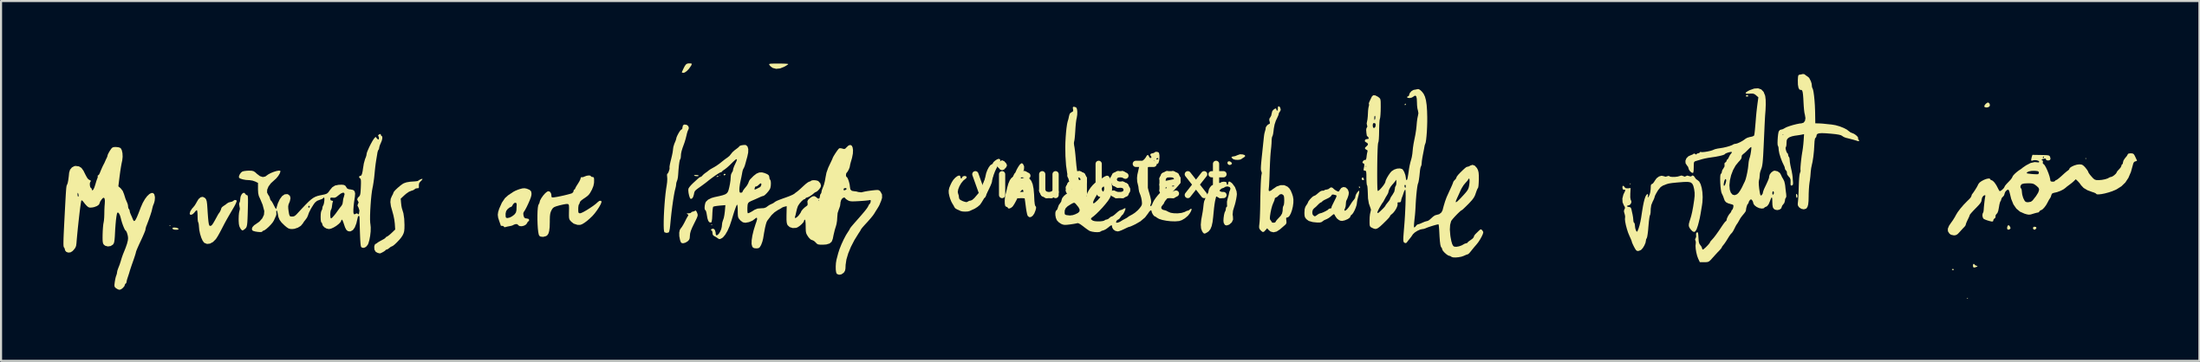
<source format=kicad_pcb>
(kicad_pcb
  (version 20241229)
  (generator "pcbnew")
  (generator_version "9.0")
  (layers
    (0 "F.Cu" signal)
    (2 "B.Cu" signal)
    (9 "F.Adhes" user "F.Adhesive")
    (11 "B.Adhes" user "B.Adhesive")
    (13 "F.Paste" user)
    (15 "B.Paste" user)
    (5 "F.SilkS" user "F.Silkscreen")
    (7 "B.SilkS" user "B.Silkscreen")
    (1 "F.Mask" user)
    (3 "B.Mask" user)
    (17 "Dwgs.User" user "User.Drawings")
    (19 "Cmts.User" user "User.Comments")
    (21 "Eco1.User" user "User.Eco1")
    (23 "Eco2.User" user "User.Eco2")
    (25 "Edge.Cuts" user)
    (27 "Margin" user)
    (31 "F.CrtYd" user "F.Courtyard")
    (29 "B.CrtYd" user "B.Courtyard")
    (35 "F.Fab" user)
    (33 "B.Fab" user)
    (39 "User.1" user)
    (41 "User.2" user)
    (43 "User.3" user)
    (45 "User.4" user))
  (footprint "visualsText"
    (layer "F.Cu")
    (at 49.769 5.656)
    (property "Reference" "visualsText" (at 0 0 0) (layer "F.SilkS") (effects (font (size 1.5 1.5) (thickness 0.3))))
    (attr board_only exclude_from_pos_files exclude_from_bom)
    (fp_poly (pts (xy -18.186 -0.285) (xy -18.205 -0.266) (xy -18.224 -0.285) (xy -18.205 -0.304)) (stroke (width 0) (type solid)) (fill yes) (layer "F.SilkS"))
    (fp_poly (pts (xy -44.624 2.139) (xy -44.629 2.161) (xy -44.649 2.164) (xy -44.681 2.15) (xy -44.675 2.139) (xy -44.63 2.134)) (stroke (width 0) (type solid)) (fill yes) (layer "F.SilkS"))
    (fp_poly (pts (xy -18.579 2.101) (xy -18.584 2.123) (xy -18.604 2.126) (xy -18.635 2.112) (xy -18.629 2.101) (xy -18.584 2.096)) (stroke (width 0) (type solid)) (fill yes) (layer "F.SilkS"))
    (fp_poly (pts (xy 25.577 0.127) (xy 25.572 0.149) (xy 25.552 0.152) (xy 25.521 0.138) (xy 25.527 0.127) (xy 25.572 0.122)) (stroke (width 0) (type solid)) (fill yes) (layer "F.SilkS"))
    (fp_poly (pts (xy 41.789 5.632) (xy 41.784 5.654) (xy 41.764 5.657) (xy 41.733 5.643) (xy 41.739 5.632) (xy 41.784 5.627)) (stroke (width 0) (type solid)) (fill yes) (layer "F.SilkS"))
    (fp_poly (pts (xy 47.484 -1.088) (xy 47.479 -1.066) (xy 47.459 -1.063) (xy 47.428 -1.077) (xy 47.434 -1.088) (xy 47.479 -1.093)) (stroke (width 0) (type solid)) (fill yes) (layer "F.SilkS"))
    (fp_poly (pts (xy -18.281 -0.227) (xy -18.322 -0.196) (xy -18.366 -0.191) (xy -18.376 -0.205) (xy -18.346 -0.229) (xy -18.317 -0.242) (xy -18.278 -0.245)) (stroke (width 0) (type solid)) (fill yes) (layer "F.SilkS"))
    (fp_poly (pts (xy 41.083 4.235) (xy 41.117 4.272) (xy 41.078 4.29) (xy 41.059 4.29) (xy 41.02 4.272) (xy 41.024 4.252) (xy 41.069 4.23)) (stroke (width 0) (type solid)) (fill yes) (layer "F.SilkS"))
    (fp_poly (pts (xy -17.936 -0.323) (xy -17.939 -0.304) (xy -17.988 -0.267) (xy -17.999 -0.266) (xy -18.033 -0.295) (xy -18.034 -0.304) (xy -18.003 -0.337) (xy -17.975 -0.342)) (stroke (width 0) (type solid)) (fill yes) (layer "F.SilkS"))
    (fp_poly (pts (xy 12.566 0.293) (xy 12.567 0.304) (xy 12.554 0.341) (xy 12.55 0.342) (xy 12.518 0.315) (xy 12.51 0.304) (xy 12.513 0.269) (xy 12.527 0.266)) (stroke (width 0) (type solid)) (fill yes) (layer "F.SilkS"))
    (fp_poly (pts (xy 12.734 -0.13) (xy 12.754 -0.062) (xy 12.735 -0.04) (xy 12.7 -0.038) (xy 12.65 -0.067) (xy 12.643 -0.093) (xy 12.662 -0.155) (xy 12.703 -0.167)) (stroke (width 0) (type solid)) (fill yes) (layer "F.SilkS"))
    (fp_poly (pts (xy 14.769 -3.691) (xy 14.769 -3.683) (xy 14.74 -3.646) (xy 14.729 -3.645) (xy 14.706 -3.668) (xy 14.712 -3.683) (xy 14.746 -3.719) (xy 14.752 -3.721)) (stroke (width 0) (type solid)) (fill yes) (layer "F.SilkS"))
    (fp_poly (pts (xy 31.217 -4.108) (xy 31.235 -4.074) (xy 31.189 -4.063) (xy 31.171 -4.062) (xy 31.111 -4.07) (xy 31.117 -4.099) (xy 31.125 -4.108) (xy 31.177 -4.134)) (stroke (width 0) (type solid)) (fill yes) (layer "F.SilkS"))
    (fp_poly (pts (xy 45.067 2.219) (xy 45.084 2.266) (xy 45.062 2.303) (xy 44.997 2.351) (xy 44.94 2.329) (xy 44.914 2.265) (xy 44.944 2.213) (xy 44.985 2.202)) (stroke (width 0) (type solid)) (fill yes) (layer "F.SilkS"))
    (fp_poly (pts (xy 33.563 0.63) (xy 33.566 0.633) (xy 33.594 0.701) (xy 33.595 0.759) (xy 33.575 0.812) (xy 33.553 0.814) (xy 33.532 0.757) (xy 33.525 0.688) (xy 33.534 0.625)) (stroke (width 0) (type solid)) (fill yes) (layer "F.SilkS"))
    (fp_poly (pts (xy -44.329 2.253) (xy -44.252 2.286) (xy -44.232 2.32) (xy -44.264 2.342) (xy -44.34 2.35) (xy -44.43 2.344) (xy -44.488 2.329) (xy -44.534 2.291) (xy -44.515 2.255) (xy -44.444 2.24)) (stroke (width 0) (type solid)) (fill yes) (layer "F.SilkS"))
    (fp_poly (pts (xy -19.301 -0.282) (xy -19.24 -0.265) (xy -19.227 -0.256) (xy -19.239 -0.237) (xy -19.307 -0.228) (xy -19.317 -0.228) (xy -19.405 -0.237) (xy -19.454 -0.258) (xy -19.454 -0.259) (xy -19.438 -0.279) (xy -19.377 -0.286)) (stroke (width 0) (type solid)) (fill yes) (layer "F.SilkS"))
    (fp_poly (pts (xy 6.354 -0.916) (xy 6.381 -0.889) (xy 6.411 -0.835) (xy 6.38 -0.797) (xy 6.376 -0.795) (xy 6.317 -0.766) (xy 6.259 -0.775) (xy 6.236 -0.784) (xy 6.196 -0.834) (xy 6.189 -0.876) (xy 6.216 -0.934) (xy 6.28 -0.948)) (stroke (width 0) (type solid)) (fill yes) (layer "F.SilkS"))
    (fp_poly (pts (xy 42.104 4.012) (xy 42.106 4.02) (xy 42.137 4.056) (xy 42.191 4.079) (xy 42.25 4.101) (xy 42.24 4.12) (xy 42.2 4.138) (xy 42.098 4.17) (xy 42.045 4.151) (xy 42.03 4.081) (xy 42.043 4.01) (xy 42.068 3.987)) (stroke (width 0) (type solid)) (fill yes) (layer "F.SilkS"))
    (fp_poly (pts (xy 42.771 -3.772) (xy 42.833 -3.715) (xy 42.846 -3.632) (xy 42.823 -3.583) (xy 42.753 -3.542) (xy 42.663 -3.533) (xy 42.591 -3.557) (xy 42.578 -3.572) (xy 42.583 -3.625) (xy 42.631 -3.693) (xy 42.697 -3.751) (xy 42.759 -3.774)) (stroke (width 0) (type solid)) (fill yes) (layer "F.SilkS"))
    (fp_poly (pts (xy 43.782 2.156) (xy 43.817 2.207) (xy 43.84 2.277) (xy 43.81 2.319) (xy 43.808 2.32) (xy 43.734 2.351) (xy 43.686 2.324) (xy 43.681 2.316) (xy 43.672 2.253) (xy 43.691 2.179) (xy 43.726 2.13) (xy 43.739 2.126)) (stroke (width 0) (type solid)) (fill yes) (layer "F.SilkS"))
    (fp_poly (pts (xy -19.596 -5.653) (xy -19.56 -5.632) (xy -19.576 -5.579) (xy -19.601 -5.535) (xy -19.695 -5.398) (xy -19.801 -5.287) (xy -19.902 -5.217) (xy -19.961 -5.201) (xy -20.026 -5.211) (xy -20.04 -5.231) (xy -19.959 -5.411) (xy -19.897 -5.531) (xy -19.842 -5.605) (xy -19.787 -5.642) (xy -19.722 -5.655) (xy -19.695 -5.656)) (stroke (width 0) (type solid)) (fill yes) (layer "F.SilkS"))
    (fp_poly (pts (xy 6.924 -1.275) (xy 7.022 -1.243) (xy 7.047 -1.198) (xy 6.997 -1.143) (xy 6.965 -1.123) (xy 6.897 -1.081) (xy 6.872 -1.059) (xy 6.806 -1.027) (xy 6.698 -1.013) (xy 6.58 -1.017) (xy 6.484 -1.04) (xy 6.464 -1.051) (xy 6.392 -1.116) (xy 6.39 -1.159) (xy 6.458 -1.177) (xy 6.47 -1.177) (xy 6.569 -1.196) (xy 6.671 -1.24) (xy 6.797 -1.283)) (stroke (width 0) (type solid)) (fill yes) (layer "F.SilkS"))
    (fp_poly (pts (xy -15.217 -5.646) (xy -15.068 -5.642) (xy -14.965 -5.634) (xy -14.922 -5.626) (xy -14.922 -5.624) (xy -14.952 -5.594) (xy -15.031 -5.542) (xy -15.111 -5.496) (xy -15.314 -5.414) (xy -15.507 -5.394) (xy -15.674 -5.438) (xy -15.676 -5.439) (xy -15.768 -5.507) (xy -15.82 -5.566) (xy -15.84 -5.6) (xy -15.84 -5.622) (xy -15.809 -5.636) (xy -15.738 -5.643) (xy -15.613 -5.647) (xy -15.426 -5.648) (xy -15.397 -5.648)) (stroke (width 0) (type solid)) (fill yes) (layer "F.SilkS"))
    (fp_poly (pts (xy -41.042 0.599) (xy -41.029 0.626) (xy -40.977 0.677) (xy -40.947 0.683) (xy -40.925 0.691) (xy -40.91 0.721) (xy -40.901 0.783) (xy -40.897 0.888) (xy -40.897 1.046) (xy -40.902 1.268) (xy -40.903 1.319) (xy -40.911 1.604) (xy -40.919 1.822) (xy -40.928 1.985) (xy -40.94 2.102) (xy -40.957 2.183) (xy -40.979 2.239) (xy -41.008 2.279) (xy -41.044 2.311) (xy -41.127 2.373) (xy -41.183 2.379) (xy -41.235 2.325) (xy -41.271 2.269) (xy -41.312 2.182) (xy -41.335 2.075) (xy -41.345 1.925) (xy -41.346 1.829) (xy -41.341 1.673) (xy -41.329 1.54) (xy -41.312 1.452) (xy -41.307 1.44) (xy -41.286 1.336) (xy -41.306 1.225) (xy -41.325 1.105) (xy -41.307 1.047) (xy -41.282 0.987) (xy -41.27 0.888) (xy -41.27 0.874) (xy -41.253 0.757) (xy -41.21 0.659) (xy -41.153 0.592) (xy -41.093 0.568)) (stroke (width 0) (type solid)) (fill yes) (layer "F.SilkS"))
    (fp_poly (pts (xy -19.335 1.468) (xy -19.309 1.526) (xy -19.286 1.586) (xy -19.277 1.639) (xy -19.287 1.701) (xy -19.32 1.787) (xy -19.38 1.913) (xy -19.451 2.055) (xy -19.546 2.252) (xy -19.607 2.402) (xy -19.64 2.522) (xy -19.652 2.629) (xy -19.652 2.636) (xy -19.662 2.759) (xy -19.694 2.839) (xy -19.761 2.907) (xy -19.766 2.911) (xy -19.868 2.971) (xy -19.97 2.999) (xy -19.979 2.999) (xy -20.047 2.989) (xy -20.09 2.944) (xy -20.125 2.846) (xy -20.127 2.838) (xy -20.162 2.656) (xy -20.165 2.488) (xy -20.137 2.354) (xy -20.091 2.283) (xy -20.041 2.22) (xy -19.973 2.109) (xy -19.9 1.974) (xy -19.891 1.955) (xy -19.826 1.826) (xy -19.769 1.724) (xy -19.733 1.669) (xy -19.729 1.665) (xy -19.73 1.631) (xy -19.767 1.6) (xy -19.805 1.572) (xy -19.783 1.56) (xy -19.714 1.558) (xy -19.63 1.547) (xy -19.591 1.522) (xy -19.591 1.519) (xy -19.56 1.487) (xy -19.523 1.481) (xy -19.439 1.457) (xy -19.41 1.436) (xy -19.373 1.423)) (stroke (width 0) (type solid)) (fill yes) (layer "F.SilkS"))
    (fp_poly (pts (xy -3.668 -0.84) (xy -3.628 -0.799) (xy -3.583 -0.696) (xy -3.591 -0.552) (xy -3.65 -0.379) (xy -3.693 -0.295) (xy -3.743 -0.184) (xy -3.739 -0.128) (xy -3.682 -0.124) (xy -3.624 -0.146) (xy -3.506 -0.185) (xy -3.413 -0.17) (xy -3.324 -0.108) (xy -3.237 0.001) (xy -3.172 0.161) (xy -3.129 0.38) (xy -3.104 0.663) (xy -3.1 0.754) (xy -3.089 0.972) (xy -3.072 1.119) (xy -3.05 1.199) (xy -3.036 1.216) (xy -3.01 1.249) (xy -3.01 1.312) (xy -3.036 1.418) (xy -3.096 1.57) (xy -3.174 1.679) (xy -3.26 1.739) (xy -3.342 1.742) (xy -3.411 1.682) (xy -3.417 1.67) (xy -3.441 1.598) (xy -3.467 1.474) (xy -3.492 1.321) (xy -3.497 1.281) (xy -3.539 0.966) (xy -3.576 0.721) (xy -3.607 0.547) (xy -3.633 0.446) (xy -3.651 0.418) (xy -3.702 0.446) (xy -3.765 0.511) (xy -3.818 0.586) (xy -3.835 0.633) (xy -3.853 0.703) (xy -3.9 0.816) (xy -3.966 0.949) (xy -4.037 1.081) (xy -4.105 1.189) (xy -4.145 1.241) (xy -4.222 1.3) (xy -4.299 1.328) (xy -4.354 1.319) (xy -4.366 1.291) (xy -4.397 1.257) (xy -4.419 1.253) (xy -4.477 1.222) (xy -4.495 1.193) (xy -4.513 1.096) (xy -4.517 0.956) (xy -4.508 0.807) (xy -4.487 0.681) (xy -4.483 0.667) (xy -4.454 0.562) (xy -4.42 0.422) (xy -4.402 0.342) (xy -4.342 0.128) (xy -4.27 -0.038) (xy -4.192 -0.146) (xy -4.112 -0.189) (xy -4.106 -0.189) (xy -4.041 -0.203) (xy -4.039 -0.249) (xy -4.034 -0.314) (xy -3.997 -0.421) (xy -3.94 -0.547) (xy -3.871 -0.671) (xy -3.803 -0.771) (xy -3.769 -0.807) (xy -3.711 -0.851)) (stroke (width 0) (type solid)) (fill yes) (layer "F.SilkS"))
    (fp_poly (pts (xy -19.8 -2.696) (xy -19.727 -2.633) (xy -19.702 -2.541) (xy -19.733 -2.451) (xy -19.737 -2.447) (xy -19.762 -2.392) (xy -19.793 -2.289) (xy -19.816 -2.189) (xy -19.856 -2.029) (xy -19.905 -1.866) (xy -19.931 -1.791) (xy -20.006 -1.585) (xy -20.053 -1.43) (xy -20.078 -1.307) (xy -20.085 -1.205) (xy -20.093 -1.109) (xy -20.113 -1.051) (xy -20.117 -1.047) (xy -20.138 -0.999) (xy -20.16 -0.889) (xy -20.181 -0.729) (xy -20.2 -0.533) (xy -20.215 -0.314) (xy -20.216 -0.301) (xy -20.229 -0.167) (xy -20.253 -0.054) (xy -20.27 -0.009) (xy -20.305 0.093) (xy -20.312 0.156) (xy -20.324 0.255) (xy -20.348 0.358) (xy -20.382 0.494) (xy -20.419 0.692) (xy -20.459 0.939) (xy -20.499 1.222) (xy -20.537 1.527) (xy -20.571 1.84) (xy -20.6 2.145) (xy -20.617 2.291) (xy -20.64 2.406) (xy -20.663 2.471) (xy -20.669 2.477) (xy -20.77 2.503) (xy -20.874 2.473) (xy -20.894 2.422) (xy -20.907 2.307) (xy -20.912 2.137) (xy -20.911 1.926) (xy -20.904 1.683) (xy -20.891 1.42) (xy -20.873 1.148) (xy -20.851 0.877) (xy -20.825 0.619) (xy -20.795 0.385) (xy -20.768 0.215) (xy -20.747 0.058) (xy -20.739 -0.094) (xy -20.745 -0.193) (xy -20.753 -0.286) (xy -20.744 -0.338) (xy -20.738 -0.342) (xy -20.705 -0.374) (xy -20.669 -0.451) (xy -20.639 -0.542) (xy -20.627 -0.617) (xy -20.632 -0.64) (xy -20.632 -0.689) (xy -20.614 -0.794) (xy -20.583 -0.936) (xy -20.559 -1.03) (xy -20.518 -1.201) (xy -20.485 -1.359) (xy -20.467 -1.481) (xy -20.464 -1.519) (xy -20.447 -1.637) (xy -20.405 -1.774) (xy -20.388 -1.817) (xy -20.343 -1.923) (xy -20.316 -2.002) (xy -20.312 -2.022) (xy -20.295 -2.095) (xy -20.251 -2.197) (xy -20.192 -2.307) (xy -20.132 -2.402) (xy -20.082 -2.46) (xy -20.065 -2.468) (xy -20.02 -2.502) (xy -20.009 -2.578) (xy -19.984 -2.677) (xy -19.914 -2.716)) (stroke (width 0) (type solid)) (fill yes) (layer "F.SilkS"))
    (fp_poly (pts (xy -42.967 0.818) (xy -42.946 0.839) (xy -42.907 0.897) (xy -42.88 0.985) (xy -42.862 1.12) (xy -42.851 1.266) (xy -42.832 1.558) (xy -42.815 1.782) (xy -42.799 1.946) (xy -42.782 2.058) (xy -42.763 2.126) (xy -42.742 2.159) (xy -42.725 2.164) (xy -42.687 2.16) (xy -42.651 2.142) (xy -42.611 2.098) (xy -42.56 2.021) (xy -42.49 1.899) (xy -42.394 1.724) (xy -42.355 1.652) (xy -42.315 1.583) (xy -42.295 1.557) (xy -42.249 1.491) (xy -42.205 1.4) (xy -42.182 1.326) (xy -42.181 1.319) (xy -42.152 1.268) (xy -42.079 1.209) (xy -42.069 1.203) (xy -41.974 1.14) (xy -41.901 1.081) (xy -41.901 1.081) (xy -41.82 1.034) (xy -41.745 1.016) (xy -41.654 0.993) (xy -41.605 0.96) (xy -41.534 0.915) (xy -41.463 0.927) (xy -41.44 0.951) (xy -41.447 1) (xy -41.486 1.095) (xy -41.55 1.219) (xy -41.576 1.264) (xy -41.714 1.5) (xy -41.822 1.685) (xy -41.906 1.833) (xy -41.976 1.958) (xy -42.038 2.074) (xy -42.101 2.196) (xy -42.163 2.316) (xy -42.25 2.481) (xy -42.336 2.635) (xy -42.41 2.754) (xy -42.444 2.803) (xy -42.581 2.94) (xy -42.726 3.017) (xy -42.867 3.032) (xy -42.993 2.981) (xy -43.009 2.969) (xy -43.078 2.875) (xy -43.144 2.728) (xy -43.2 2.549) (xy -43.239 2.361) (xy -43.252 2.228) (xy -43.262 2.106) (xy -43.277 2.018) (xy -43.291 1.988) (xy -43.305 1.944) (xy -43.316 1.844) (xy -43.32 1.709) (xy -43.32 1.687) (xy -43.325 1.552) (xy -43.336 1.452) (xy -43.353 1.406) (xy -43.356 1.405) (xy -43.399 1.433) (xy -43.46 1.502) (xy -43.472 1.519) (xy -43.546 1.593) (xy -43.621 1.629) (xy -43.679 1.622) (xy -43.7 1.573) (xy -43.669 1.46) (xy -43.585 1.33) (xy -43.526 1.265) (xy -43.451 1.171) (xy -43.38 1.053) (xy -43.372 1.035) (xy -43.277 0.876) (xy -43.174 0.786) (xy -43.069 0.766)) (stroke (width 0) (type solid)) (fill yes) (layer "F.SilkS"))
    (fp_poly (pts (xy -27.491 0.374) (xy -27.356 0.43) (xy -27.284 0.504) (xy -27.266 0.616) (xy -27.273 0.693) (xy -27.299 0.792) (xy -27.353 0.934) (xy -27.425 1.098) (xy -27.503 1.262) (xy -27.579 1.404) (xy -27.641 1.5) (xy -27.646 1.506) (xy -27.663 1.577) (xy -27.649 1.677) (xy -27.615 1.765) (xy -27.56 1.8) (xy -27.505 1.805) (xy -27.41 1.827) (xy -27.381 1.871) (xy -27.388 1.926) (xy -27.407 1.936) (xy -27.448 1.968) (xy -27.469 2.013) (xy -27.525 2.094) (xy -27.62 2.151) (xy -27.731 2.18) (xy -27.834 2.174) (xy -27.906 2.131) (xy -27.92 2.107) (xy -27.966 2.077) (xy -28.048 2.081) (xy -28.135 2.116) (xy -28.153 2.128) (xy -28.213 2.153) (xy -28.312 2.176) (xy -28.327 2.178) (xy -28.437 2.199) (xy -28.521 2.222) (xy -28.526 2.224) (xy -28.579 2.226) (xy -28.589 2.206) (xy -28.621 2.172) (xy -28.665 2.164) (xy -28.727 2.16) (xy -28.741 2.154) (xy -28.753 2.116) (xy -28.784 2.028) (xy -28.817 1.936) (xy -28.871 1.766) (xy -28.888 1.628) (xy -28.887 1.619) (xy -28.513 1.619) (xy -28.509 1.722) (xy -28.489 1.77) (xy -28.44 1.784) (xy -28.415 1.784) (xy -28.318 1.763) (xy -28.21 1.709) (xy -28.196 1.7) (xy -28.08 1.608) (xy -28.017 1.521) (xy -27.991 1.413) (xy -27.988 1.345) (xy -27.985 1.238) (xy -27.98 1.164) (xy -27.979 1.153) (xy -27.987 1.077) (xy -28.033 1.048) (xy -28.096 1.064) (xy -28.155 1.125) (xy -28.174 1.163) (xy -28.218 1.231) (xy -28.26 1.253) (xy -28.32 1.278) (xy -28.399 1.34) (xy -28.413 1.353) (xy -28.484 1.447) (xy -28.511 1.561) (xy -28.513 1.619) (xy -28.887 1.619) (xy -28.869 1.49) (xy -28.82 1.336) (xy -28.692 1.048) (xy -28.544 0.829) (xy -28.392 0.692) (xy -28.276 0.615) (xy -28.169 0.543) (xy -28.138 0.523) (xy -28.044 0.473) (xy -27.914 0.42) (xy -27.838 0.394) (xy -27.701 0.358) (xy -27.597 0.352)) (stroke (width 0) (type solid)) (fill yes) (layer "F.SilkS"))
    (fp_poly (pts (xy -32.509 -0.098) (xy -32.52 -0.062) (xy -32.575 -0.001) (xy -32.59 0.011) (xy -32.664 0.097) (xy -32.683 0.198) (xy -32.681 0.23) (xy -32.68 0.317) (xy -32.705 0.35) (xy -32.75 0.35) (xy -32.837 0.366) (xy -32.878 0.396) (xy -32.947 0.443) (xy -33.048 0.477) (xy -33.05 0.477) (xy -33.156 0.52) (xy -33.285 0.609) (xy -33.365 0.677) (xy -33.555 0.854) (xy -33.537 1.063) (xy -33.522 1.195) (xy -33.501 1.305) (xy -33.488 1.348) (xy -33.425 1.556) (xy -33.386 1.821) (xy -33.373 2.119) (xy -33.376 2.294) (xy -33.388 2.418) (xy -33.414 2.515) (xy -33.458 2.61) (xy -33.471 2.633) (xy -33.537 2.731) (xy -33.632 2.844) (xy -33.74 2.958) (xy -33.845 3.058) (xy -33.933 3.127) (xy -33.986 3.151) (xy -34.037 3.175) (xy -34.103 3.227) (xy -34.178 3.283) (xy -34.235 3.303) (xy -34.28 3.322) (xy -34.284 3.334) (xy -34.314 3.364) (xy -34.385 3.41) (xy -34.469 3.455) (xy -34.537 3.485) (xy -34.561 3.488) (xy -34.6 3.478) (xy -34.655 3.466) (xy -34.756 3.412) (xy -34.818 3.307) (xy -34.828 3.171) (xy -34.827 3.161) (xy -34.805 3.077) (xy -34.779 3.038) (xy -34.776 3.037) (xy -34.725 3.014) (xy -34.695 2.99) (xy -34.634 2.946) (xy -34.531 2.886) (xy -34.465 2.851) (xy -34.364 2.795) (xy -34.298 2.749) (xy -34.284 2.73) (xy -34.253 2.696) (xy -34.218 2.68) (xy -34.156 2.643) (xy -34.064 2.569) (xy -33.986 2.498) (xy -33.82 2.337) (xy -33.839 2.051) (xy -33.862 1.868) (xy -33.904 1.658) (xy -33.956 1.467) (xy -33.957 1.462) (xy -34.026 1.215) (xy -34.052 1.018) (xy -34.035 0.859) (xy -33.98 0.73) (xy -33.931 0.639) (xy -33.906 0.573) (xy -33.905 0.565) (xy -33.877 0.513) (xy -33.804 0.431) (xy -33.702 0.335) (xy -33.589 0.238) (xy -33.48 0.156) (xy -33.408 0.113) (xy -33.274 0.067) (xy -33.094 0.037) (xy -33.009 0.031) (xy -32.876 0.022) (xy -32.775 0.011) (xy -32.728 0.000318) (xy -32.728 0) (xy -32.666 -0.044) (xy -32.588 -0.083) (xy -32.525 -0.101)) (stroke (width 0) (type solid)) (fill yes) (layer "F.SilkS"))
    (fp_poly (pts (xy -4.74 -1.041) (xy -4.73 -0.973) (xy -4.776 -0.856) (xy -4.793 -0.825) (xy -4.856 -0.712) (xy -4.909 -0.616) (xy -4.924 -0.588) (xy -4.986 -0.456) (xy -5.045 -0.3) (xy -5.093 -0.147) (xy -5.122 -0.024) (xy -5.126 0.019) (xy -5.144 0.092) (xy -5.193 0.216) (xy -5.266 0.373) (xy -5.354 0.55) (xy -5.449 0.73) (xy -5.543 0.897) (xy -5.629 1.038) (xy -5.697 1.136) (xy -5.718 1.16) (xy -5.831 1.254) (xy -5.956 1.333) (xy -5.988 1.349) (xy -6.097 1.398) (xy -6.185 1.439) (xy -6.198 1.446) (xy -6.287 1.469) (xy -6.414 1.477) (xy -6.543 1.47) (xy -6.637 1.448) (xy -6.644 1.445) (xy -6.721 1.407) (xy -6.807 1.371) (xy -6.891 1.32) (xy -6.936 1.263) (xy -6.974 1.186) (xy -7.033 1.091) (xy -7.036 1.086) (xy -7.088 0.989) (xy -7.141 0.853) (xy -7.174 0.745) (xy -7.207 0.593) (xy -7.211 0.463) (xy -7.183 0.332) (xy -7.118 0.176) (xy -7.063 0.064) (xy -6.985 -0.057) (xy -6.894 -0.156) (xy -6.802 -0.226) (xy -6.722 -0.26) (xy -6.665 -0.249) (xy -6.644 -0.19) (xy -6.628 -0.128) (xy -6.606 -0.114) (xy -6.572 -0.144) (xy -6.568 -0.166) (xy -6.536 -0.212) (xy -6.47 -0.238) (xy -6.386 -0.232) (xy -6.346 -0.19) (xy -6.361 -0.133) (xy -6.4 -0.103) (xy -6.508 -0.016) (xy -6.61 0.11) (xy -6.694 0.256) (xy -6.752 0.402) (xy -6.774 0.53) (xy -6.758 0.607) (xy -6.727 0.703) (xy -6.72 0.771) (xy -6.706 0.852) (xy -6.655 0.911) (xy -6.55 0.965) (xy -6.483 0.99) (xy -6.379 1.019) (xy -6.317 1.012) (xy -6.295 0.995) (xy -6.222 0.957) (xy -6.166 0.949) (xy -6.086 0.919) (xy -5.99 0.837) (xy -5.962 0.807) (xy -5.869 0.697) (xy -5.779 0.592) (xy -5.753 0.563) (xy -5.682 0.454) (xy -5.637 0.337) (xy -5.6 0.219) (xy -5.545 0.089) (xy -5.535 0.069) (xy -5.48 -0.069) (xy -5.442 -0.217) (xy -5.439 -0.237) (xy -5.407 -0.378) (xy -5.352 -0.524) (xy -5.284 -0.655) (xy -5.214 -0.75) (xy -5.161 -0.787) (xy -5.101 -0.822) (xy -5.088 -0.852) (xy -5.058 -0.905) (xy -4.986 -0.971) (xy -4.898 -1.03) (xy -4.821 -1.062) (xy -4.807 -1.063)) (stroke (width 0) (type solid)) (fill yes) (layer "F.SilkS"))
    (fp_poly (pts (xy 6.379 0.083) (xy 6.429 0.129) (xy 6.553 0.297) (xy 6.628 0.497) (xy 6.644 0.633) (xy 6.635 0.728) (xy 6.612 0.866) (xy 6.581 1.014) (xy 6.548 1.142) (xy 6.53 1.196) (xy 6.458 1.432) (xy 6.44 1.623) (xy 6.454 1.706) (xy 6.461 1.858) (xy 6.4 1.994) (xy 6.279 2.099) (xy 6.266 2.106) (xy 6.148 2.144) (xy 6.064 2.115) (xy 6.011 2.017) (xy 6.007 2.002) (xy 5.998 1.908) (xy 6.006 1.779) (xy 6.025 1.643) (xy 6.052 1.528) (xy 6.083 1.459) (xy 6.085 1.458) (xy 6.107 1.401) (xy 6.113 1.342) (xy 6.127 1.273) (xy 6.152 1.253) (xy 6.175 1.22) (xy 6.169 1.13) (xy 6.169 1.128) (xy 6.168 0.995) (xy 6.202 0.841) (xy 6.204 0.834) (xy 6.24 0.718) (xy 6.262 0.623) (xy 6.264 0.597) (xy 6.284 0.51) (xy 6.309 0.46) (xy 6.337 0.365) (xy 6.299 0.295) (xy 6.203 0.266) (xy 6.192 0.266) (xy 6.104 0.277) (xy 6.056 0.304) (xy 6.001 0.338) (xy 5.974 0.342) (xy 5.894 0.375) (xy 5.806 0.462) (xy 5.722 0.586) (xy 5.658 0.728) (xy 5.644 0.77) (xy 5.615 0.884) (xy 5.59 0.998) (xy 5.569 1.131) (xy 5.548 1.296) (xy 5.526 1.509) (xy 5.506 1.72) (xy 5.475 1.98) (xy 5.432 2.175) (xy 5.373 2.318) (xy 5.294 2.419) (xy 5.224 2.472) (xy 5.126 2.526) (xy 5.066 2.533) (xy 5.016 2.488) (xy 4.972 2.42) (xy 4.923 2.289) (xy 4.909 2.106) (xy 4.931 1.866) (xy 4.974 1.633) (xy 5.003 1.468) (xy 5.028 1.284) (xy 5.037 1.196) (xy 5.053 1.068) (xy 5.074 0.971) (xy 5.091 0.932) (xy 5.119 0.867) (xy 5.126 0.815) (xy 5.153 0.728) (xy 5.201 0.664) (xy 5.26 0.578) (xy 5.277 0.503) (xy 5.3 0.404) (xy 5.357 0.301) (xy 5.429 0.221) (xy 5.498 0.189) (xy 5.578 0.166) (xy 5.636 0.131) (xy 5.719 0.096) (xy 5.775 0.096) (xy 5.842 0.095) (xy 5.865 0.077) (xy 5.916 0.051) (xy 6.009 0.038) (xy 6.02 0.038) (xy 6.111 0.047) (xy 6.147 0.081) (xy 6.151 0.114) (xy 6.167 0.176) (xy 6.189 0.19) (xy 6.22 0.158) (xy 6.227 0.116) (xy 6.243 0.04) (xy 6.293 0.029)) (stroke (width 0) (type solid)) (fill yes) (layer "F.SilkS"))
    (fp_poly (pts (xy -24.445 -0.257) (xy -24.413 -0.228) (xy -24.413 -0.228) (xy -24.381 -0.197) (xy -24.337 -0.19) (xy -24.291 -0.182) (xy -24.266 -0.149) (xy -24.257 -0.075) (xy -24.259 0.056) (xy -24.261 0.094) (xy -24.29 0.241) (xy -24.358 0.412) (xy -24.449 0.577) (xy -24.516 0.668) (xy -24.587 0.733) (xy -24.695 0.812) (xy -24.764 0.857) (xy -24.865 0.93) (xy -24.93 0.998) (xy -24.944 1.032) (xy -24.964 1.101) (xy -24.982 1.12) (xy -25.003 1.168) (xy -25.017 1.267) (xy -25.02 1.35) (xy -25.018 1.469) (xy -25.005 1.53) (xy -24.972 1.553) (xy -24.925 1.557) (xy -24.856 1.535) (xy -24.743 1.479) (xy -24.603 1.398) (xy -24.452 1.302) (xy -24.306 1.203) (xy -24.183 1.11) (xy -24.098 1.034) (xy -24.094 1.029) (xy -24.009 0.962) (xy -23.936 0.954) (xy -23.903 0.982) (xy -23.907 1.039) (xy -23.95 1.14) (xy -24.023 1.269) (xy -24.116 1.411) (xy -24.221 1.552) (xy -24.328 1.676) (xy -24.332 1.681) (xy -24.462 1.806) (xy -24.602 1.927) (xy -24.723 2.016) (xy -24.724 2.017) (xy -24.841 2.086) (xy -24.932 2.116) (xy -25.029 2.116) (xy -25.072 2.11) (xy -25.24 2.054) (xy -25.354 1.963) (xy -25.409 1.904) (xy -25.443 1.85) (xy -25.461 1.783) (xy -25.467 1.684) (xy -25.466 1.533) (xy -25.465 1.481) (xy -25.462 1.313) (xy -25.465 1.207) (xy -25.476 1.147) (xy -25.499 1.119) (xy -25.536 1.109) (xy -25.54 1.108) (xy -25.615 1.112) (xy -25.739 1.134) (xy -25.888 1.168) (xy -25.924 1.177) (xy -26.075 1.22) (xy -26.171 1.258) (xy -26.233 1.301) (xy -26.279 1.363) (xy -26.306 1.411) (xy -26.344 1.495) (xy -26.368 1.586) (xy -26.382 1.704) (xy -26.387 1.87) (xy -26.387 1.966) (xy -26.394 2.219) (xy -26.416 2.407) (xy -26.455 2.538) (xy -26.514 2.621) (xy -26.566 2.655) (xy -26.705 2.692) (xy -26.828 2.68) (xy -26.892 2.641) (xy -26.92 2.575) (xy -26.944 2.449) (xy -26.963 2.278) (xy -26.975 2.077) (xy -26.982 1.863) (xy -26.982 1.651) (xy -26.976 1.455) (xy -26.963 1.291) (xy -26.943 1.175) (xy -26.92 1.126) (xy -26.884 1.057) (xy -26.881 1.035) (xy -26.856 0.942) (xy -26.793 0.826) (xy -26.707 0.704) (xy -26.611 0.595) (xy -26.52 0.519) (xy -26.455 0.494) (xy -26.371 0.527) (xy -26.321 0.618) (xy -26.311 0.695) (xy -26.307 0.763) (xy -26.279 0.792) (xy -26.208 0.792) (xy -26.15 0.785) (xy -26.031 0.766) (xy -25.875 0.735) (xy -25.703 0.697) (xy -25.537 0.656) (xy -25.401 0.62) (xy -25.316 0.591) (xy -25.315 0.591) (xy -25.258 0.532) (xy -25.248 0.49) (xy -25.231 0.43) (xy -25.21 0.418) (xy -25.174 0.389) (xy -25.172 0.378) (xy -25.152 0.328) (xy -25.101 0.237) (xy -25.039 0.141) (xy -24.969 0.026) (xy -24.921 -0.074) (xy -24.906 -0.127) (xy -24.886 -0.178) (xy -24.857 -0.179) (xy -24.79 -0.182) (xy -24.715 -0.212) (xy -24.622 -0.247) (xy -24.523 -0.263)) (stroke (width 0) (type solid)) (fill yes) (layer "F.SilkS"))
    (fp_poly (pts (xy 11.872 0.312) (xy 11.964 0.395) (xy 12 0.463) (xy 12.026 0.558) (xy 12.016 0.662) (xy 11.996 0.733) (xy 11.959 0.839) (xy 11.924 0.914) (xy 11.915 0.928) (xy 11.895 0.987) (xy 11.884 1.087) (xy 11.884 1.109) (xy 11.872 1.225) (xy 11.843 1.319) (xy 11.838 1.328) (xy 11.812 1.395) (xy 11.818 1.428) (xy 11.865 1.427) (xy 11.936 1.37) (xy 12.02 1.269) (xy 12.104 1.139) (xy 12.175 1.027) (xy 12.244 0.936) (xy 12.271 0.907) (xy 12.326 0.821) (xy 12.34 0.755) (xy 12.363 0.666) (xy 12.421 0.566) (xy 12.433 0.551) (xy 12.493 0.482) (xy 12.52 0.471) (xy 12.527 0.511) (xy 12.527 0.513) (xy 12.517 0.593) (xy 12.49 0.71) (xy 12.472 0.775) (xy 12.438 0.907) (xy 12.418 1.027) (xy 12.415 1.068) (xy 12.399 1.164) (xy 12.358 1.289) (xy 12.302 1.419) (xy 12.241 1.532) (xy 12.186 1.606) (xy 12.166 1.62) (xy 12.117 1.665) (xy 12.112 1.688) (xy 12.076 1.762) (xy 11.979 1.835) (xy 11.836 1.895) (xy 11.823 1.899) (xy 11.709 1.924) (xy 11.623 1.915) (xy 11.552 1.884) (xy 11.454 1.807) (xy 11.384 1.709) (xy 11.343 1.631) (xy 11.312 1.595) (xy 11.31 1.595) (xy 11.27 1.618) (xy 11.196 1.676) (xy 11.158 1.709) (xy 11.057 1.786) (xy 10.961 1.839) (xy 10.936 1.848) (xy 10.833 1.894) (xy 10.767 1.943) (xy 10.708 1.983) (xy 10.626 2.002) (xy 10.508 2.002) (xy 10.335 1.985) (xy 10.279 1.977) (xy 10.102 1.926) (xy 9.994 1.848) (xy 9.934 1.777) (xy 9.903 1.701) (xy 9.892 1.592) (xy 9.892 1.519) (xy 9.894 1.491) (xy 10.269 1.491) (xy 10.279 1.596) (xy 10.309 1.647) (xy 10.363 1.695) (xy 10.407 1.7) (xy 10.471 1.661) (xy 10.507 1.633) (xy 10.589 1.579) (xy 10.653 1.557) (xy 10.654 1.557) (xy 10.719 1.541) (xy 10.815 1.502) (xy 10.917 1.451) (xy 11.003 1.402) (xy 11.047 1.365) (xy 11.048 1.359) (xy 11.08 1.335) (xy 11.124 1.329) (xy 11.191 1.306) (xy 11.198 1.243) (xy 11.212 1.208) (xy 11.254 1.121) (xy 11.313 1.001) (xy 11.329 0.968) (xy 11.396 0.835) (xy 11.43 0.755) (xy 11.436 0.711) (xy 11.415 0.69) (xy 11.379 0.678) (xy 11.272 0.653) (xy 11.214 0.662) (xy 11.184 0.71) (xy 11.184 0.712) (xy 11.139 0.762) (xy 11.045 0.823) (xy 10.953 0.868) (xy 10.842 0.921) (xy 10.767 0.967) (xy 10.745 0.992) (xy 10.715 1.023) (xy 10.7 1.025) (xy 10.649 1.051) (xy 10.573 1.116) (xy 10.539 1.151) (xy 10.453 1.237) (xy 10.379 1.3) (xy 10.36 1.313) (xy 10.298 1.385) (xy 10.269 1.491) (xy 9.894 1.491) (xy 9.902 1.361) (xy 9.935 1.249) (xy 9.977 1.18) (xy 10.032 1.098) (xy 10.06 1.041) (xy 10.061 1.035) (xy 10.087 0.979) (xy 10.149 0.897) (xy 10.228 0.812) (xy 10.302 0.746) (xy 10.351 0.721) (xy 10.41 0.697) (xy 10.496 0.634) (xy 10.548 0.588) (xy 10.65 0.506) (xy 10.732 0.47) (xy 10.754 0.47) (xy 10.821 0.468) (xy 10.842 0.452) (xy 10.893 0.425) (xy 10.951 0.418) (xy 11.041 0.394) (xy 11.086 0.361) (xy 11.165 0.308) (xy 11.245 0.33) (xy 11.278 0.363) (xy 11.348 0.424) (xy 11.435 0.478) (xy 11.512 0.512) (xy 11.552 0.501) (xy 11.583 0.445) (xy 11.664 0.337) (xy 11.766 0.293)) (stroke (width 0) (type solid)) (fill yes) (layer "F.SilkS"))
    (fp_poly (pts (xy 8.71 -3.557) (xy 8.733 -3.51) (xy 8.753 -3.418) (xy 8.721 -3.349) (xy 8.715 -3.342) (xy 8.668 -3.271) (xy 8.657 -3.23) (xy 8.64 -3.163) (xy 8.604 -3.081) (xy 8.516 -2.894) (xy 8.458 -2.718) (xy 8.42 -2.521) (xy 8.403 -2.373) (xy 8.385 -2.256) (xy 8.362 -2.17) (xy 8.349 -2.147) (xy 8.329 -2.09) (xy 8.316 -1.987) (xy 8.315 -1.931) (xy 8.31 -1.799) (xy 8.296 -1.63) (xy 8.279 -1.474) (xy 8.266 -1.344) (xy 8.252 -1.157) (xy 8.24 -0.931) (xy 8.229 -0.685) (xy 8.221 -0.475) (xy 8.214 -0.239) (xy 8.204 -0.023) (xy 8.195 0.161) (xy 8.186 0.297) (xy 8.177 0.37) (xy 8.174 0.463) (xy 8.212 0.493) (xy 8.29 0.459) (xy 8.372 0.395) (xy 8.56 0.267) (xy 8.747 0.203) (xy 8.923 0.205) (xy 9.078 0.275) (xy 9.078 0.275) (xy 9.164 0.355) (xy 9.234 0.463) (xy 9.298 0.617) (xy 9.339 0.745) (xy 9.362 0.887) (xy 9.36 1.055) (xy 9.335 1.234) (xy 9.293 1.409) (xy 9.238 1.563) (xy 9.174 1.682) (xy 9.105 1.75) (xy 9.063 1.76) (xy 9.023 1.769) (xy 9.012 1.816) (xy 9.022 1.901) (xy 9.03 2.007) (xy 9.003 2.077) (xy 8.955 2.124) (xy 8.873 2.195) (xy 8.766 2.288) (xy 8.713 2.333) (xy 8.557 2.436) (xy 8.405 2.472) (xy 8.268 2.438) (xy 8.186 2.374) (xy 8.099 2.28) (xy 8.017 2.374) (xy 7.944 2.447) (xy 7.887 2.459) (xy 7.819 2.41) (xy 7.784 2.374) (xy 7.735 2.313) (xy 7.714 2.251) (xy 7.715 2.16) (xy 7.727 2.061) (xy 7.738 1.952) (xy 7.747 1.793) (xy 8.23 1.793) (xy 8.239 1.853) (xy 8.263 1.89) (xy 8.307 1.95) (xy 8.315 1.977) (xy 8.347 2.004) (xy 8.41 2.012) (xy 8.481 1.998) (xy 8.505 1.971) (xy 8.53 1.922) (xy 8.594 1.845) (xy 8.634 1.804) (xy 8.751 1.677) (xy 8.817 1.565) (xy 8.844 1.442) (xy 8.846 1.372) (xy 8.855 1.27) (xy 8.877 1.204) (xy 8.884 1.196) (xy 8.904 1.148) (xy 8.917 1.05) (xy 8.921 0.93) (xy 8.917 0.812) (xy 8.903 0.724) (xy 8.893 0.7) (xy 8.814 0.636) (xy 8.723 0.642) (xy 8.65 0.702) (xy 8.582 0.769) (xy 8.521 0.797) (xy 8.521 0.797) (xy 8.473 0.828) (xy 8.467 0.856) (xy 8.451 0.924) (xy 8.41 1.027) (xy 8.388 1.074) (xy 8.343 1.192) (xy 8.299 1.352) (xy 8.263 1.521) (xy 8.261 1.536) (xy 8.237 1.693) (xy 8.23 1.793) (xy 7.747 1.793) (xy 7.748 1.783) (xy 7.756 1.573) (xy 7.763 1.337) (xy 7.767 1.12) (xy 7.773 0.753) (xy 7.782 0.429) (xy 7.792 0.153) (xy 7.804 -0.068) (xy 7.817 -0.227) (xy 7.831 -0.32) (xy 7.838 -0.338) (xy 7.841 -0.396) (xy 7.82 -0.463) (xy 7.806 -0.501) (xy 7.799 -0.554) (xy 7.798 -0.63) (xy 7.803 -0.74) (xy 7.816 -0.894) (xy 7.836 -1.102) (xy 7.865 -1.372) (xy 7.872 -1.443) (xy 7.883 -1.548) (xy 7.899 -1.697) (xy 7.915 -1.857) (xy 7.916 -1.86) (xy 7.935 -2.044) (xy 7.949 -2.171) (xy 7.963 -2.261) (xy 7.98 -2.333) (xy 8.001 -2.407) (xy 8.005 -2.42) (xy 8.026 -2.503) (xy 8.028 -2.543) (xy 8.027 -2.544) (xy 8.032 -2.571) (xy 8.07 -2.637) (xy 8.072 -2.639) (xy 8.132 -2.707) (xy 8.186 -2.734) (xy 8.23 -2.76) (xy 8.226 -2.84) (xy 8.204 -2.903) (xy 8.205 -2.993) (xy 8.245 -3.053) (xy 8.297 -3.147) (xy 8.315 -3.239) (xy 8.347 -3.36) (xy 8.397 -3.422) (xy 8.484 -3.483) (xy 8.532 -3.481) (xy 8.543 -3.436) (xy 8.565 -3.386) (xy 8.583 -3.379) (xy 8.609 -3.411) (xy 8.612 -3.48) (xy 8.62 -3.568) (xy 8.659 -3.595)) (stroke (width 0) (type solid)) (fill yes) (layer "F.SilkS"))
    (fp_poly (pts (xy 28.613 -0.237) (xy 28.659 -0.17) (xy 28.723 -0.085) (xy 28.789 -0.041) (xy 28.871 0.028) (xy 28.94 0.158) (xy 28.992 0.337) (xy 29.025 0.55) (xy 29.037 0.784) (xy 29.025 1.025) (xy 29.007 1.158) (xy 28.984 1.299) (xy 28.955 1.473) (xy 28.931 1.614) (xy 28.896 1.795) (xy 28.847 2) (xy 28.805 2.155) (xy 28.745 2.327) (xy 28.686 2.426) (xy 28.623 2.457) (xy 28.549 2.424) (xy 28.473 2.348) (xy 28.404 2.255) (xy 28.371 2.17) (xy 28.374 2.069) (xy 28.411 1.929) (xy 28.433 1.863) (xy 28.487 1.684) (xy 28.534 1.484) (xy 28.579 1.245) (xy 28.625 0.949) (xy 28.628 0.928) (xy 28.65 0.726) (xy 28.65 0.56) (xy 28.627 0.394) (xy 28.625 0.384) (xy 28.586 0.229) (xy 28.533 0.127) (xy 28.451 0.069) (xy 28.327 0.047) (xy 28.144 0.05) (xy 28.107 0.052) (xy 27.804 0.076) (xy 27.573 0.099) (xy 27.412 0.124) (xy 27.317 0.15) (xy 27.317 0.15) (xy 27.227 0.186) (xy 27.121 0.227) (xy 27.015 0.298) (xy 26.903 0.434) (xy 26.865 0.493) (xy 26.796 0.612) (xy 26.747 0.71) (xy 26.729 0.765) (xy 26.712 0.826) (xy 26.669 0.926) (xy 26.634 0.995) (xy 26.566 1.162) (xy 26.54 1.343) (xy 26.539 1.395) (xy 26.533 1.522) (xy 26.518 1.617) (xy 26.503 1.653) (xy 26.487 1.703) (xy 26.469 1.813) (xy 26.45 1.968) (xy 26.433 2.154) (xy 26.429 2.198) (xy 26.413 2.389) (xy 26.393 2.553) (xy 26.373 2.676) (xy 26.355 2.741) (xy 26.351 2.747) (xy 26.317 2.816) (xy 26.311 2.862) (xy 26.289 2.976) (xy 26.233 3.108) (xy 26.158 3.231) (xy 26.08 3.316) (xy 26.054 3.332) (xy 25.948 3.372) (xy 25.879 3.366) (xy 25.831 3.326) (xy 25.788 3.262) (xy 25.733 3.162) (xy 25.68 3.053) (xy 25.64 2.96) (xy 25.628 2.914) (xy 25.613 2.865) (xy 25.573 2.769) (xy 25.517 2.646) (xy 25.452 2.489) (xy 25.394 2.31) (xy 25.346 2.128) (xy 25.313 1.965) (xy 25.3 1.838) (xy 25.306 1.781) (xy 25.309 1.698) (xy 25.286 1.59) (xy 25.28 1.574) (xy 25.252 1.47) (xy 25.262 1.397) (xy 25.279 1.364) (xy 25.305 1.3) (xy 25.286 1.234) (xy 25.25 1.179) (xy 25.186 1.029) (xy 25.177 0.85) (xy 25.223 0.664) (xy 25.248 0.607) (xy 25.302 0.498) (xy 25.319 0.441) (xy 25.302 0.422) (xy 25.258 0.425) (xy 25.204 0.41) (xy 25.179 0.332) (xy 25.186 0.25) (xy 25.224 0.232) (xy 25.275 0.285) (xy 25.283 0.299) (xy 25.336 0.349) (xy 25.432 0.357) (xy 25.447 0.356) (xy 25.573 0.342) (xy 25.558 0.608) (xy 25.556 0.792) (xy 25.576 0.905) (xy 25.591 0.932) (xy 25.613 1.009) (xy 25.585 1.095) (xy 25.525 1.16) (xy 25.47 1.177) (xy 25.411 1.194) (xy 25.4 1.215) (xy 25.432 1.244) (xy 25.494 1.253) (xy 25.57 1.273) (xy 25.608 1.345) (xy 25.61 1.357) (xy 25.633 1.463) (xy 25.662 1.593) (xy 25.668 1.621) (xy 25.691 1.753) (xy 25.703 1.876) (xy 25.704 1.896) (xy 25.715 1.977) (xy 25.741 2.012) (xy 25.742 2.012) (xy 25.766 2.046) (xy 25.78 2.129) (xy 25.781 2.155) (xy 25.796 2.277) (xy 25.83 2.382) (xy 25.833 2.388) (xy 25.863 2.436) (xy 25.886 2.442) (xy 25.913 2.396) (xy 25.955 2.289) (xy 25.96 2.275) (xy 26.003 2.135) (xy 26.045 1.956) (xy 26.079 1.772) (xy 26.083 1.746) (xy 26.129 1.444) (xy 26.169 1.205) (xy 26.207 1.02) (xy 26.244 0.876) (xy 26.284 0.763) (xy 26.298 0.73) (xy 26.347 0.655) (xy 26.392 0.631) (xy 26.415 0.66) (xy 26.405 0.725) (xy 26.393 0.788) (xy 26.409 0.793) (xy 26.443 0.748) (xy 26.484 0.666) (xy 26.518 0.545) (xy 26.537 0.399) (xy 26.539 0.343) (xy 26.545 0.223) (xy 26.566 0.164) (xy 26.595 0.152) (xy 26.645 0.121) (xy 26.705 0.042) (xy 26.728 0.002) (xy 26.821 -0.128) (xy 26.938 -0.215) (xy 27.061 -0.25) (xy 27.163 -0.229) (xy 27.257 -0.202) (xy 27.329 -0.224) (xy 27.406 -0.245) (xy 27.431 -0.228) (xy 27.484 -0.203) (xy 27.586 -0.192) (xy 27.71 -0.194) (xy 27.833 -0.209) (xy 27.926 -0.235) (xy 28.018 -0.261) (xy 28.096 -0.236) (xy 28.101 -0.233) (xy 28.175 -0.205) (xy 28.233 -0.231) (xy 28.3 -0.258) (xy 28.38 -0.235) (xy 28.463 -0.213) (xy 28.495 -0.229) (xy 28.549 -0.265)) (stroke (width 0) (type solid)) (fill yes) (layer "F.SilkS"))
    (fp_poly (pts (xy 33.91 -5.141) (xy 33.949 -5.118) (xy 34.029 -5.057) (xy 34.075 -5.028) (xy 34.145 -4.971) (xy 34.171 -4.933) (xy 34.209 -4.857) (xy 34.24 -4.794) (xy 34.274 -4.689) (xy 34.284 -4.602) (xy 34.295 -4.511) (xy 34.317 -4.459) (xy 34.343 -4.395) (xy 34.368 -4.268) (xy 34.393 -4.092) (xy 34.414 -3.879) (xy 34.431 -3.643) (xy 34.441 -3.398) (xy 34.444 -3.275) (xy 34.452 -2.772) (xy 34.605 -2.769) (xy 34.731 -2.763) (xy 34.84 -2.755) (xy 34.854 -2.753) (xy 34.938 -2.744) (xy 35.07 -2.73) (xy 35.223 -2.715) (xy 35.233 -2.714) (xy 35.424 -2.682) (xy 35.624 -2.625) (xy 35.813 -2.551) (xy 35.969 -2.47) (xy 36.069 -2.392) (xy 36.15 -2.333) (xy 36.223 -2.304) (xy 36.315 -2.266) (xy 36.407 -2.203) (xy 36.479 -2.134) (xy 36.513 -2.076) (xy 36.51 -2.057) (xy 36.511 -2.005) (xy 36.524 -1.994) (xy 36.562 -1.947) (xy 36.546 -1.914) (xy 36.496 -1.917) (xy 36.421 -1.942) (xy 36.296 -1.979) (xy 36.147 -2.019) (xy 35.997 -2.057) (xy 35.917 -2.076) (xy 35.812 -2.119) (xy 35.746 -2.164) (xy 35.686 -2.198) (xy 35.581 -2.226) (xy 35.423 -2.251) (xy 35.209 -2.273) (xy 34.956 -2.293) (xy 34.768 -2.3) (xy 34.639 -2.291) (xy 34.559 -2.266) (xy 34.52 -2.223) (xy 34.512 -2.182) (xy 34.494 -2.107) (xy 34.465 -2.079) (xy 34.436 -2.03) (xy 34.416 -1.909) (xy 34.407 -1.762) (xy 34.389 -1.464) (xy 34.359 -1.175) (xy 34.319 -0.92) (xy 34.283 -0.759) (xy 34.254 -0.616) (xy 34.233 -0.45) (xy 34.228 -0.38) (xy 34.215 -0.223) (xy 34.193 -0.04) (xy 34.175 0.076) (xy 34.157 0.223) (xy 34.143 0.416) (xy 34.134 0.623) (xy 34.133 0.733) (xy 34.127 0.964) (xy 34.11 1.131) (xy 34.078 1.245) (xy 34.029 1.318) (xy 34.003 1.338) (xy 33.899 1.367) (xy 33.779 1.342) (xy 33.679 1.275) (xy 33.627 1.206) (xy 33.608 1.133) (xy 33.616 1.021) (xy 33.619 0.999) (xy 33.629 0.894) (xy 33.639 0.733) (xy 33.648 0.535) (xy 33.655 0.321) (xy 33.657 0.261) (xy 33.665 0.033) (xy 33.678 -0.157) (xy 33.694 -0.297) (xy 33.712 -0.375) (xy 33.714 -0.378) (xy 33.742 -0.459) (xy 33.742 -0.506) (xy 33.737 -0.567) (xy 33.742 -0.685) (xy 33.755 -0.842) (xy 33.774 -1.022) (xy 33.797 -1.206) (xy 33.823 -1.376) (xy 33.832 -1.424) (xy 33.855 -1.581) (xy 33.877 -1.772) (xy 33.892 -1.951) (xy 33.911 -2.251) (xy 33.784 -2.224) (xy 33.668 -2.204) (xy 33.523 -2.183) (xy 33.468 -2.176) (xy 33.332 -2.147) (xy 33.211 -2.102) (xy 33.174 -2.08) (xy 33.109 -2.023) (xy 33.078 -1.952) (xy 33.069 -1.839) (xy 33.069 -1.823) (xy 33.063 -1.714) (xy 33.046 -1.641) (xy 33.034 -1.626) (xy 33.022 -1.587) (xy 33.034 -1.509) (xy 33.06 -1.42) (xy 33.092 -1.351) (xy 33.117 -1.329) (xy 33.14 -1.297) (xy 33.145 -1.255) (xy 33.163 -1.182) (xy 33.183 -1.158) (xy 33.209 -1.107) (xy 33.221 -1.016) (xy 33.221 -1.006) (xy 33.23 -0.902) (xy 33.254 -0.758) (xy 33.284 -0.619) (xy 33.32 -0.457) (xy 33.348 -0.297) (xy 33.361 -0.19) (xy 33.371 -0.055) (xy 33.381 0.068) (xy 33.383 0.094) (xy 33.376 0.182) (xy 33.329 0.219) (xy 33.323 0.221) (xy 33.28 0.219) (xy 33.262 0.181) (xy 33.262 0.089) (xy 33.264 0.063) (xy 33.262 -0.058) (xy 33.231 -0.143) (xy 33.171 -0.212) (xy 33.102 -0.304) (xy 33.088 -0.379) (xy 33.089 -0.38) (xy 33.08 -0.456) (xy 33.051 -0.493) (xy 33.002 -0.558) (xy 32.993 -0.594) (xy 32.976 -0.671) (xy 32.959 -0.712) (xy 32.863 -0.914) (xy 32.783 -1.124) (xy 32.723 -1.32) (xy 32.693 -1.482) (xy 32.69 -1.526) (xy 32.681 -1.623) (xy 32.66 -1.683) (xy 32.655 -1.688) (xy 32.641 -1.733) (xy 32.636 -1.833) (xy 32.64 -1.966) (xy 32.65 -2.111) (xy 32.662 -2.221) (xy 32.88 -2.221) (xy 32.899 -2.202) (xy 32.917 -2.221) (xy 32.899 -2.24) (xy 32.88 -2.221) (xy 32.662 -2.221) (xy 32.665 -2.247) (xy 32.685 -2.353) (xy 32.694 -2.382) (xy 32.751 -2.453) (xy 32.804 -2.468) (xy 32.889 -2.49) (xy 32.984 -2.542) (xy 32.985 -2.543) (xy 33.072 -2.588) (xy 33.21 -2.638) (xy 33.376 -2.689) (xy 33.545 -2.732) (xy 33.694 -2.762) (xy 33.787 -2.771) (xy 33.89 -2.804) (xy 33.956 -2.892) (xy 33.978 -3.023) (xy 33.952 -3.184) (xy 33.944 -3.212) (xy 33.927 -3.295) (xy 33.91 -3.433) (xy 33.896 -3.604) (xy 33.888 -3.74) (xy 33.875 -3.983) (xy 33.861 -4.16) (xy 33.843 -4.279) (xy 33.82 -4.348) (xy 33.789 -4.378) (xy 33.755 -4.378) (xy 33.69 -4.395) (xy 33.644 -4.48) (xy 33.617 -4.629) (xy 33.612 -4.834) (xy 33.612 -4.841) (xy 33.619 -4.981) (xy 33.631 -5.062) (xy 33.655 -5.1) (xy 33.694 -5.112) (xy 33.696 -5.112) (xy 33.793 -5.129) (xy 33.833 -5.143)) (stroke (width 0) (type solid)) (fill yes) (layer "F.SilkS"))
    (fp_poly (pts (xy -47.117 -1.619) (xy -47.028 -1.585) (xy -47.017 -1.576) (xy -46.963 -1.479) (xy -46.931 -1.333) (xy -46.923 -1.162) (xy -46.942 -0.988) (xy -46.953 -0.939) (xy -46.977 -0.824) (xy -47.007 -0.656) (xy -47.038 -0.456) (xy -47.066 -0.248) (xy -47.067 -0.24) (xy -47.129 0.26) (xy -47.019 0.353) (xy -46.921 0.477) (xy -46.858 0.631) (xy -46.783 0.869) (xy -46.7 1.063) (xy -46.695 1.072) (xy -46.668 1.163) (xy -46.662 1.231) (xy -46.648 1.312) (xy -46.624 1.348) (xy -46.591 1.402) (xy -46.586 1.439) (xy -46.569 1.521) (xy -46.531 1.617) (xy -46.477 1.735) (xy -46.436 1.835) (xy -46.405 1.902) (xy -46.374 1.931) (xy -46.338 1.917) (xy -46.293 1.855) (xy -46.236 1.739) (xy -46.163 1.564) (xy -46.07 1.323) (xy -46.051 1.272) (xy -45.955 1.054) (xy -45.85 0.871) (xy -45.742 0.728) (xy -45.637 0.63) (xy -45.541 0.58) (xy -45.461 0.582) (xy -45.403 0.64) (xy -45.373 0.76) (xy -45.371 0.823) (xy -45.383 0.954) (xy -45.414 1.071) (xy -45.424 1.095) (xy -45.467 1.204) (xy -45.5 1.333) (xy -45.503 1.349) (xy -45.533 1.472) (xy -45.59 1.651) (xy -45.669 1.876) (xy -45.767 2.133) (xy -45.792 2.194) (xy -45.819 2.289) (xy -45.826 2.345) (xy -45.842 2.401) (xy -45.885 2.51) (xy -45.949 2.66) (xy -46.028 2.834) (xy -46.054 2.889) (xy -46.137 3.066) (xy -46.206 3.222) (xy -46.256 3.342) (xy -46.281 3.412) (xy -46.282 3.422) (xy -46.295 3.478) (xy -46.328 3.587) (xy -46.376 3.733) (xy -46.418 3.854) (xy -46.478 4.024) (xy -46.531 4.18) (xy -46.57 4.299) (xy -46.584 4.347) (xy -46.616 4.455) (xy -46.66 4.588) (xy -46.675 4.632) (xy -46.712 4.748) (xy -46.734 4.843) (xy -46.737 4.869) (xy -46.755 4.926) (xy -46.775 4.936) (xy -46.809 4.967) (xy -46.813 4.994) (xy -46.843 5.07) (xy -46.916 5.153) (xy -47.004 5.217) (xy -47.072 5.239) (xy -47.153 5.217) (xy -47.239 5.166) (xy -47.29 5.119) (xy -47.315 5.07) (xy -47.317 4.993) (xy -47.302 4.866) (xy -47.301 4.86) (xy -47.278 4.724) (xy -47.251 4.61) (xy -47.231 4.557) (xy -47.199 4.458) (xy -47.193 4.406) (xy -47.178 4.324) (xy -47.14 4.211) (xy -47.122 4.166) (xy -47.065 4.02) (xy -47.015 3.864) (xy -47.007 3.835) (xy -46.964 3.693) (xy -46.908 3.535) (xy -46.883 3.474) (xy -46.78 3.218) (xy -46.711 3.018) (xy -46.673 2.865) (xy -46.662 2.753) (xy -46.672 2.657) (xy -46.698 2.548) (xy -46.732 2.454) (xy -46.765 2.398) (xy -46.777 2.392) (xy -46.808 2.358) (xy -46.853 2.27) (xy -46.904 2.145) (xy -46.954 2.003) (xy -46.995 1.86) (xy -47.006 1.812) (xy -47.046 1.671) (xy -47.094 1.57) (xy -47.142 1.52) (xy -47.175 1.526) (xy -47.198 1.584) (xy -47.221 1.707) (xy -47.244 1.882) (xy -47.264 2.101) (xy -47.282 2.35) (xy -47.288 2.468) (xy -47.299 2.68) (xy -47.312 2.83) (xy -47.327 2.932) (xy -47.348 3) (xy -47.377 3.048) (xy -47.392 3.066) (xy -47.501 3.134) (xy -47.633 3.153) (xy -47.759 3.12) (xy -47.822 3.072) (xy -47.854 3.028) (xy -47.874 2.968) (xy -47.885 2.878) (xy -47.888 2.741) (xy -47.886 2.575) (xy -47.879 2.389) (xy -47.867 2.216) (xy -47.853 2.08) (xy -47.841 2.019) (xy -47.823 1.912) (xy -47.81 1.76) (xy -47.804 1.594) (xy -47.804 1.576) (xy -47.801 1.4) (xy -47.793 1.225) (xy -47.782 1.087) (xy -47.782 1.082) (xy -47.776 0.954) (xy -47.79 0.858) (xy -47.8 0.835) (xy -47.834 0.807) (xy -47.876 0.827) (xy -47.934 0.892) (xy -47.996 0.982) (xy -48.027 1.057) (xy -48.028 1.068) (xy -48.064 1.142) (xy -48.158 1.209) (xy -48.294 1.26) (xy -48.383 1.277) (xy -48.496 1.285) (xy -48.572 1.263) (xy -48.648 1.199) (xy -48.65 1.198) (xy -48.737 1.101) (xy -48.81 1.006) (xy -48.813 1.002) (xy -48.865 0.944) (xy -48.905 0.937) (xy -48.906 0.938) (xy -48.918 0.983) (xy -48.937 1.094) (xy -48.96 1.259) (xy -48.987 1.469) (xy -49.015 1.712) (xy -49.045 1.979) (xy -49.075 2.259) (xy -49.103 2.541) (xy -49.128 2.815) (xy -49.144 3.006) (xy -49.161 3.126) (xy -49.198 3.217) (xy -49.269 3.311) (xy -49.336 3.381) (xy -49.432 3.438) (xy -49.538 3.448) (xy -49.632 3.414) (xy -49.69 3.344) (xy -49.699 3.294) (xy -49.724 3.222) (xy -49.742 3.2) (xy -49.753 3.182) (xy -49.761 3.151) (xy -49.767 3.099) (xy -49.769 3.019) (xy -49.768 2.906) (xy -49.764 2.752) (xy -49.756 2.551) (xy -49.744 2.296) (xy -49.728 1.98) (xy -49.708 1.598) (xy -49.701 1.462) (xy -49.683 1.123) (xy -49.668 0.852) (xy -49.657 0.664) (xy -49.091 0.664) (xy -49.08 0.736) (xy -49.059 0.759) (xy -49.041 0.728) (xy -49.044 0.664) (xy -49.063 0.593) (xy -49.077 0.57) (xy -49.088 0.602) (xy -49.091 0.664) (xy -49.657 0.664) (xy -49.656 0.641) (xy -49.645 0.482) (xy -49.636 0.367) (xy -49.627 0.287) (xy -49.618 0.236) (xy -49.608 0.204) (xy -49.597 0.184) (xy -49.594 0.18) (xy -49.566 0.109) (xy -49.538 -0.031) (xy -49.512 -0.232) (xy -49.495 -0.4) (xy -49.452 -0.54) (xy -49.36 -0.651) (xy -49.24 -0.714) (xy -49.181 -0.721) (xy -49.022 -0.7) (xy -48.903 -0.626) (xy -48.806 -0.491) (xy -48.792 -0.463) (xy -48.71 -0.298) (xy -48.651 -0.189) (xy -48.607 -0.12) (xy -48.569 -0.08) (xy -48.534 -0.057) (xy -48.471 -0.022) (xy -48.45 -0.01) (xy -48.458 0.021) (xy -48.479 0.051) (xy -48.5 0.114) (xy -48.5 0.203) (xy -48.483 0.288) (xy -48.453 0.338) (xy -48.441 0.342) (xy -48.412 0.373) (xy -48.408 0.399) (xy -48.391 0.449) (xy -48.377 0.456) (xy -48.333 0.419) (xy -48.283 0.316) (xy -48.23 0.153) (xy -48.219 0.114) (xy -48.183 -0.005) (xy -48.148 -0.102) (xy -48.137 -0.125) (xy -48.118 -0.197) (xy -48.124 -0.229) (xy -48.119 -0.263) (xy -48.106 -0.266) (xy -48.064 -0.297) (xy -48.025 -0.37) (xy -47.965 -0.519) (xy -47.903 -0.661) (xy -47.851 -0.769) (xy -47.835 -0.797) (xy -47.794 -0.877) (xy -47.763 -0.949) (xy -47.719 -1.048) (xy -47.687 -1.11) (xy -47.654 -1.19) (xy -47.649 -1.226) (xy -47.63 -1.284) (xy -47.58 -1.38) (xy -47.536 -1.454) (xy -47.466 -1.557) (xy -47.409 -1.61) (xy -47.339 -1.63) (xy -47.248 -1.633)) (stroke (width 0) (type solid)) (fill yes) (layer "F.SilkS"))
    (fp_poly (pts (xy -34.512 -2.234) (xy -34.512 -2.222) (xy -34.492 -2.171) (xy -34.474 -2.164) (xy -34.442 -2.133) (xy -34.439 -2.052) (xy -34.463 -1.942) (xy -34.512 -1.822) (xy -34.56 -1.713) (xy -34.586 -1.619) (xy -34.588 -1.598) (xy -34.603 -1.526) (xy -34.622 -1.502) (xy -34.649 -1.454) (xy -34.674 -1.362) (xy -34.677 -1.339) (xy -34.696 -1.22) (xy -34.722 -1.067) (xy -34.738 -0.968) (xy -34.759 -0.829) (xy -34.782 -0.643) (xy -34.803 -0.443) (xy -34.812 -0.342) (xy -34.833 -0.141) (xy -34.861 0.064) (xy -34.89 0.241) (xy -34.904 0.308) (xy -34.934 0.47) (xy -34.961 0.678) (xy -34.985 0.918) (xy -35.004 1.172) (xy -35.019 1.425) (xy -35.027 1.66) (xy -35.028 1.862) (xy -35.021 2.015) (xy -35.012 2.074) (xy -34.996 2.235) (xy -35 2.434) (xy -35.024 2.647) (xy -35.062 2.848) (xy -35.111 3.012) (xy -35.142 3.077) (xy -35.225 3.174) (xy -35.322 3.221) (xy -35.412 3.212) (xy -35.454 3.179) (xy -35.467 3.149) (xy -35.479 3.089) (xy -35.489 2.993) (xy -35.499 2.853) (xy -35.508 2.663) (xy -35.517 2.417) (xy -35.526 2.107) (xy -35.535 1.756) (xy -35.551 1.684) (xy -35.582 1.678) (xy -35.615 1.736) (xy -35.624 1.775) (xy -35.687 2.042) (xy -35.762 2.237) (xy -35.852 2.363) (xy -35.958 2.423) (xy -36.013 2.43) (xy -36.101 2.412) (xy -36.172 2.349) (xy -36.232 2.231) (xy -36.28 2.09) (xy -36.32 1.971) (xy -36.357 1.888) (xy -36.38 1.86) (xy -36.409 1.89) (xy -36.41 1.9) (xy -36.443 1.975) (xy -36.527 2.065) (xy -36.644 2.157) (xy -36.776 2.238) (xy -36.903 2.296) (xy -37.004 2.316) (xy -37.122 2.291) (xy -37.229 2.229) (xy -37.303 2.147) (xy -37.322 2.085) (xy -37.343 2.021) (xy -37.364 2.004) (xy -37.386 1.962) (xy -37.4 1.867) (xy -37.404 1.744) (xy -37.401 1.615) (xy -37.388 1.505) (xy -37.367 1.437) (xy -37.362 1.43) (xy -37.329 1.361) (xy -37.322 1.31) (xy -37.307 1.228) (xy -37.288 1.194) (xy -37.26 1.135) (xy -37.238 1.04) (xy -37.225 0.936) (xy -37.224 0.869) (xy -36.942 0.869) (xy -36.918 0.935) (xy -36.864 0.949) (xy -36.81 0.964) (xy -36.815 0.997) (xy -36.837 1.064) (xy -36.853 1.169) (xy -36.856 1.194) (xy -36.871 1.3) (xy -36.897 1.373) (xy -36.904 1.382) (xy -36.926 1.44) (xy -36.939 1.543) (xy -36.941 1.657) (xy -36.932 1.754) (xy -36.916 1.798) (xy -36.889 1.799) (xy -36.841 1.759) (xy -36.763 1.671) (xy -36.685 1.576) (xy -36.646 1.522) (xy -36.584 1.435) (xy -36.562 1.405) (xy -36.486 1.301) (xy -36.415 1.213) (xy -36.402 1.198) (xy -36.354 1.109) (xy -36.335 0.998) (xy -36.319 0.871) (xy -36.281 0.743) (xy -36.281 0.742) (xy -36.253 0.633) (xy -36.276 0.574) (xy -36.341 0.566) (xy -36.44 0.611) (xy -36.553 0.698) (xy -36.653 0.777) (xy -36.734 0.809) (xy -36.819 0.807) (xy -36.904 0.801) (xy -36.937 0.827) (xy -36.942 0.869) (xy -37.224 0.869) (xy -37.223 0.847) (xy -37.237 0.8) (xy -37.243 0.797) (xy -37.282 0.821) (xy -37.284 0.83) (xy -37.317 0.859) (xy -37.401 0.894) (xy -37.455 0.911) (xy -37.579 0.96) (xy -37.674 1.039) (xy -37.741 1.128) (xy -37.868 1.334) (xy -37.964 1.522) (xy -38.017 1.671) (xy -38.06 1.767) (xy -38.127 1.86) (xy -38.205 1.959) (xy -38.263 2.05) (xy -38.355 2.159) (xy -38.497 2.248) (xy -38.663 2.304) (xy -38.777 2.316) (xy -38.877 2.309) (xy -38.96 2.281) (xy -39.05 2.219) (xy -39.142 2.14) (xy -39.285 2) (xy -39.377 1.875) (xy -39.433 1.74) (xy -39.464 1.584) (xy -39.485 1.484) (xy -39.51 1.428) (xy -39.523 1.423) (xy -39.54 1.471) (xy -39.534 1.521) (xy -39.534 1.618) (xy -39.553 1.683) (xy -39.594 1.773) (xy -39.645 1.887) (xy -39.653 1.905) (xy -39.709 1.995) (xy -39.799 2.104) (xy -39.906 2.214) (xy -40.013 2.309) (xy -40.104 2.374) (xy -40.154 2.392) (xy -40.202 2.417) (xy -40.207 2.435) (xy -40.24 2.456) (xy -40.323 2.461) (xy -40.434 2.452) (xy -40.547 2.434) (xy -40.641 2.407) (xy -40.687 2.381) (xy -40.712 2.307) (xy -40.679 2.217) (xy -40.598 2.13) (xy -40.546 2.096) (xy -40.352 1.961) (xy -40.211 1.802) (xy -40.129 1.631) (xy -40.114 1.458) (xy -40.117 1.436) (xy -40.194 1.146) (xy -40.314 0.859) (xy -40.328 0.832) (xy -40.379 0.714) (xy -40.406 0.586) (xy -40.416 0.42) (xy -40.416 0.38) (xy -40.416 0.095) (xy -40.549 0.029) (xy -40.675 -0.014) (xy -40.82 -0.037) (xy -40.853 -0.038) (xy -41.001 -0.048) (xy -41.144 -0.074) (xy -41.26 -0.11) (xy -41.326 -0.15) (xy -41.329 -0.154) (xy -41.332 -0.222) (xy -41.295 -0.314) (xy -41.233 -0.401) (xy -41.165 -0.453) (xy -41.079 -0.475) (xy -40.95 -0.49) (xy -40.851 -0.494) (xy -40.719 -0.49) (xy -40.63 -0.469) (xy -40.552 -0.419) (xy -40.468 -0.342) (xy -40.322 -0.231) (xy -40.185 -0.187) (xy -40.064 -0.212) (xy -40.02 -0.244) (xy -39.923 -0.314) (xy -39.798 -0.38) (xy -39.662 -0.435) (xy -39.532 -0.476) (xy -39.423 -0.496) (xy -39.353 -0.491) (xy -39.335 -0.465) (xy -39.366 -0.365) (xy -39.44 -0.242) (xy -39.541 -0.119) (xy -39.637 -0.032) (xy -39.798 0.115) (xy -39.912 0.27) (xy -39.974 0.421) (xy -39.98 0.557) (xy -39.926 0.666) (xy -39.921 0.672) (xy -39.869 0.753) (xy -39.84 0.84) (xy -39.816 0.918) (xy -39.789 0.949) (xy -39.759 0.981) (xy -39.709 1.063) (xy -39.656 1.167) (xy -39.602 1.273) (xy -39.561 1.338) (xy -39.542 1.348) (xy -39.463 1.085) (xy -39.366 0.877) (xy -39.257 0.73) (xy -39.138 0.647) (xy -39.014 0.634) (xy -38.973 0.645) (xy -38.884 0.714) (xy -38.853 0.826) (xy -38.882 0.973) (xy -38.907 1.035) (xy -38.948 1.134) (xy -38.964 1.224) (xy -38.96 1.336) (xy -38.945 1.452) (xy -38.922 1.59) (xy -38.898 1.668) (xy -38.867 1.704) (xy -38.827 1.713) (xy -38.727 1.712) (xy -38.653 1.687) (xy -38.577 1.624) (xy -38.521 1.564) (xy -38.304 1.328) (xy -38.234 1.255) (xy -38.005 1.255) (xy -37.976 1.29) (xy -37.967 1.291) (xy -37.934 1.26) (xy -37.929 1.232) (xy -37.948 1.192) (xy -37.967 1.196) (xy -38.004 1.245) (xy -38.005 1.255) (xy -38.234 1.255) (xy -38.128 1.143) (xy -37.985 1) (xy -37.865 0.893) (xy -37.759 0.816) (xy -37.658 0.762) (xy -37.553 0.723) (xy -37.435 0.694) (xy -37.338 0.675) (xy -37.199 0.645) (xy -37.11 0.613) (xy -37.047 0.562) (xy -36.983 0.477) (xy -36.967 0.452) (xy -36.845 0.305) (xy -36.71 0.221) (xy -36.543 0.187) (xy -36.383 0.181) (xy -36.278 0.195) (xy -36.213 0.235) (xy -36.175 0.294) (xy -36.128 0.364) (xy -36.055 0.398) (xy -35.962 0.41) (xy -35.843 0.435) (xy -35.772 0.496) (xy -35.746 0.602) (xy -35.758 0.765) (xy -35.765 0.806) (xy -35.796 1.01) (xy -35.818 1.206) (xy -35.83 1.377) (xy -35.83 1.504) (xy -35.822 1.557) (xy -35.794 1.607) (xy -35.745 1.597) (xy -35.724 1.584) (xy -35.659 1.557) (xy -35.62 1.584) (xy -35.617 1.588) (xy -35.587 1.616) (xy -35.561 1.576) (xy -35.539 1.424) (xy -35.584 1.281) (xy -35.595 1.263) (xy -35.633 1.187) (xy -35.615 1.119) (xy -35.606 1.103) (xy -35.577 1.033) (xy -35.604 0.981) (xy -35.605 0.98) (xy -35.648 0.896) (xy -35.617 0.809) (xy -35.57 0.763) (xy -35.533 0.724) (xy -35.508 0.67) (xy -35.491 0.585) (xy -35.48 0.452) (xy -35.472 0.297) (xy -35.466 0.114) (xy -35.467 -0.006) (xy -35.477 -0.078) (xy -35.496 -0.115) (xy -35.515 -0.126) (xy -35.555 -0.174) (xy -35.552 -0.207) (xy -35.517 -0.247) (xy -35.497 -0.246) (xy -35.455 -0.256) (xy -35.416 -0.336) (xy -35.384 -0.479) (xy -35.369 -0.588) (xy -35.328 -0.838) (xy -35.271 -1.046) (xy -35.229 -1.148) (xy -35.201 -1.242) (xy -35.196 -1.295) (xy -35.178 -1.369) (xy -35.131 -1.487) (xy -35.066 -1.632) (xy -34.991 -1.782) (xy -34.916 -1.917) (xy -34.852 -2.018) (xy -34.834 -2.041) (xy -34.764 -2.122) (xy -34.696 -2.043) (xy -34.644 -1.992) (xy -34.617 -1.998) (xy -34.603 -2.027) (xy -34.605 -2.107) (xy -34.624 -2.143) (xy -34.645 -2.192) (xy -34.601 -2.233) (xy -34.59 -2.239) (xy -34.531 -2.261)) (stroke (width 0) (type solid)) (fill yes) (layer "F.SilkS"))
    (fp_poly (pts (xy 49.705 -1.322) (xy 49.762 -1.289) (xy 49.81 -1.212) (xy 49.831 -1.167) (xy 49.878 -1.066) (xy 49.911 -0.996) (xy 49.918 -0.981) (xy 49.897 -0.957) (xy 49.844 -0.943) (xy 49.779 -0.915) (xy 49.738 -0.84) (xy 49.722 -0.778) (xy 49.626 -0.432) (xy 49.506 -0.15) (xy 49.356 0.077) (xy 49.169 0.258) (xy 48.938 0.404) (xy 48.883 0.431) (xy 48.725 0.497) (xy 48.551 0.554) (xy 48.375 0.601) (xy 48.214 0.633) (xy 48.08 0.648) (xy 47.988 0.644) (xy 47.952 0.617) (xy 47.952 0.616) (xy 47.919 0.589) (xy 47.835 0.554) (xy 47.772 0.535) (xy 47.535 0.447) (xy 47.352 0.338) (xy 47.233 0.212) (xy 47.232 0.21) (xy 47.152 0.1) (xy 47.067 0.006) (xy 46.974 -0.081) (xy 46.884 0.008) (xy 46.792 0.089) (xy 46.681 0.175) (xy 46.662 0.189) (xy 46.563 0.262) (xy 46.485 0.328) (xy 46.472 0.34) (xy 46.375 0.41) (xy 46.233 0.481) (xy 46.071 0.54) (xy 45.92 0.575) (xy 45.906 0.577) (xy 45.827 0.615) (xy 45.801 0.681) (xy 45.769 0.779) (xy 45.737 0.833) (xy 45.688 0.907) (xy 45.633 1.01) (xy 45.626 1.025) (xy 45.557 1.149) (xy 45.473 1.266) (xy 45.39 1.356) (xy 45.321 1.402) (xy 45.307 1.405) (xy 45.249 1.435) (xy 45.233 1.462) (xy 45.187 1.512) (xy 45.162 1.519) (xy 45.1 1.53) (xy 44.995 1.558) (xy 44.92 1.581) (xy 44.806 1.615) (xy 44.719 1.624) (xy 44.625 1.609) (xy 44.508 1.575) (xy 44.292 1.479) (xy 44.117 1.332) (xy 43.977 1.13) (xy 43.87 0.867) (xy 43.793 0.555) (xy 43.765 0.465) (xy 43.728 0.419) (xy 43.721 0.418) (xy 43.651 0.449) (xy 43.586 0.524) (xy 43.55 0.612) (xy 43.548 0.631) (xy 43.519 0.709) (xy 43.472 0.759) (xy 43.413 0.824) (xy 43.396 0.874) (xy 43.373 0.952) (xy 43.356 0.974) (xy 43.331 1.03) (xy 43.303 1.138) (xy 43.28 1.273) (xy 43.247 1.441) (xy 43.206 1.545) (xy 43.171 1.582) (xy 43.119 1.653) (xy 43.118 1.703) (xy 43.108 1.774) (xy 43.077 1.797) (xy 43.024 1.846) (xy 43.017 1.876) (xy 42.998 1.938) (xy 42.985 1.951) (xy 42.931 1.953) (xy 42.833 1.932) (xy 42.718 1.898) (xy 42.611 1.858) (xy 42.54 1.82) (xy 42.537 1.818) (xy 42.5 1.75) (xy 42.485 1.653) (xy 42.498 1.566) (xy 42.513 1.541) (xy 42.535 1.486) (xy 42.547 1.403) (xy 42.556 1.272) (xy 42.571 1.12) (xy 42.588 0.967) (xy 42.606 0.836) (xy 42.621 0.75) (xy 42.626 0.734) (xy 42.622 0.689) (xy 42.606 0.683) (xy 42.533 0.717) (xy 42.474 0.8) (xy 42.447 0.907) (xy 42.447 0.917) (xy 42.436 0.981) (xy 42.397 1.055) (xy 42.32 1.151) (xy 42.197 1.281) (xy 42.162 1.316) (xy 42.045 1.437) (xy 41.952 1.539) (xy 41.893 1.611) (xy 41.878 1.637) (xy 41.862 1.689) (xy 41.82 1.783) (xy 41.783 1.86) (xy 41.73 1.973) (xy 41.695 2.063) (xy 41.688 2.097) (xy 41.662 2.161) (xy 41.621 2.209) (xy 41.561 2.271) (xy 41.473 2.367) (xy 41.403 2.445) (xy 41.307 2.547) (xy 41.231 2.6) (xy 41.15 2.618) (xy 41.116 2.62) (xy 40.974 2.59) (xy 40.897 2.532) (xy 40.828 2.422) (xy 40.823 2.299) (xy 40.882 2.155) (xy 40.968 2.029) (xy 41.067 1.889) (xy 41.161 1.738) (xy 41.21 1.646) (xy 41.296 1.504) (xy 41.426 1.331) (xy 41.587 1.144) (xy 41.764 0.962) (xy 41.83 0.899) (xy 41.906 0.818) (xy 41.949 0.75) (xy 41.954 0.733) (xy 41.977 0.658) (xy 41.994 0.634) (xy 42.045 0.566) (xy 42.119 0.457) (xy 42.197 0.332) (xy 42.214 0.304) (xy 42.256 0.226) (xy 42.294 0.148) (xy 42.351 0.077) (xy 42.444 0.009) (xy 42.557 -0.051) (xy 42.673 -0.095) (xy 42.774 -0.117) (xy 42.844 -0.11) (xy 42.865 -0.076) (xy 42.895 -0.042) (xy 42.918 -0.038) (xy 42.986 -0.005) (xy 43.07 0.081) (xy 43.156 0.207) (xy 43.222 0.333) (xy 43.27 0.428) (xy 43.309 0.486) (xy 43.321 0.494) (xy 43.379 0.468) (xy 43.455 0.408) (xy 43.52 0.339) (xy 43.548 0.285) (xy 43.548 0.285) (xy 43.567 0.249) (xy 44.314 0.249) (xy 44.317 0.326) (xy 44.346 0.361) (xy 44.37 0.41) (xy 44.383 0.505) (xy 44.384 0.534) (xy 44.401 0.663) (xy 44.443 0.807) (xy 44.464 0.855) (xy 44.517 0.957) (xy 44.567 1.008) (xy 44.636 1.024) (xy 44.685 1.025) (xy 44.816 1.002) (xy 44.899 0.939) (xy 45.062 0.732) (xy 45.165 0.567) (xy 45.204 0.463) (xy 45.209 0.388) (xy 45.178 0.324) (xy 45.098 0.248) (xy 45.081 0.234) (xy 44.994 0.169) (xy 44.915 0.132) (xy 44.816 0.117) (xy 44.676 0.114) (xy 44.495 0.123) (xy 44.386 0.151) (xy 44.362 0.168) (xy 44.314 0.249) (xy 43.567 0.249) (xy 43.574 0.234) (xy 43.642 0.15) (xy 43.736 0.052) (xy 43.738 0.05) (xy 43.833 -0.05) (xy 43.901 -0.138) (xy 43.928 -0.194) (xy 43.928 -0.194) (xy 43.956 -0.249) (xy 44.029 -0.331) (xy 44.077 -0.375) (xy 44.611 -0.375) (xy 44.646 -0.361) (xy 44.733 -0.347) (xy 44.852 -0.334) (xy 44.979 -0.325) (xy 45.092 -0.321) (xy 45.162 -0.324) (xy 45.193 -0.36) (xy 45.2 -0.402) (xy 45.188 -0.445) (xy 45.142 -0.47) (xy 45.043 -0.483) (xy 44.993 -0.486) (xy 44.846 -0.483) (xy 44.721 -0.458) (xy 44.637 -0.417) (xy 44.611 -0.375) (xy 44.077 -0.375) (xy 44.128 -0.421) (xy 44.235 -0.504) (xy 44.303 -0.547) (xy 44.365 -0.589) (xy 44.384 -0.606) (xy 44.423 -0.638) (xy 44.507 -0.696) (xy 44.588 -0.751) (xy 44.803 -0.863) (xy 44.997 -0.907) (xy 45.124 -0.896) (xy 45.198 -0.89) (xy 45.219 -0.925) (xy 45.186 -0.963) (xy 45.107 -0.99) (xy 45.011 -1.001) (xy 44.927 -0.991) (xy 44.907 -0.982) (xy 44.848 -0.966) (xy 44.828 -1.012) (xy 44.849 -1.119) (xy 44.849 -1.121) (xy 44.855 -1.139) (xy 45.39 -1.139) (xy 45.393 -1.104) (xy 45.406 -1.101) (xy 45.445 -1.129) (xy 45.447 -1.139) (xy 45.434 -1.176) (xy 45.43 -1.177) (xy 45.397 -1.15) (xy 45.39 -1.139) (xy 44.855 -1.139) (xy 44.89 -1.255) (xy 45.3 -1.248) (xy 45.48 -1.244) (xy 45.599 -1.238) (xy 45.671 -1.226) (xy 45.711 -1.205) (xy 45.733 -1.171) (xy 45.745 -1.139) (xy 45.76 -1.056) (xy 45.728 -1.006) (xy 45.715 -0.998) (xy 45.649 -0.982) (xy 45.58 -0.995) (xy 45.537 -1.028) (xy 45.539 -1.059) (xy 45.52 -1.074) (xy 45.449 -1.072) (xy 45.445 -1.071) (xy 45.371 -1.048) (xy 45.331 -1.017) (xy 45.34 -0.992) (xy 45.373 -0.987) (xy 45.397 -0.958) (xy 45.39 -0.911) (xy 45.392 -0.837) (xy 45.425 -0.812) (xy 45.474 -0.763) (xy 45.535 -0.66) (xy 45.601 -0.522) (xy 45.663 -0.368) (xy 45.713 -0.217) (xy 45.744 -0.088) (xy 45.75 -0.026) (xy 45.776 0.023) (xy 45.861 0.038) (xy 45.864 0.038) (xy 45.944 0.027) (xy 45.978 0.000472) (xy 45.978 0) (xy 46.008 -0.035) (xy 46.027 -0.038) (xy 46.075 -0.062) (xy 46.162 -0.128) (xy 46.272 -0.222) (xy 46.318 -0.264) (xy 46.433 -0.369) (xy 46.532 -0.453) (xy 46.598 -0.503) (xy 46.611 -0.51) (xy 46.657 -0.557) (xy 46.662 -0.578) (xy 46.695 -0.631) (xy 46.782 -0.69) (xy 46.9 -0.744) (xy 47.028 -0.783) (xy 47.143 -0.797) (xy 47.244 -0.79) (xy 47.319 -0.756) (xy 47.399 -0.682) (xy 47.437 -0.639) (xy 47.513 -0.543) (xy 47.562 -0.465) (xy 47.573 -0.435) (xy 47.596 -0.385) (xy 47.657 -0.299) (xy 47.728 -0.214) (xy 47.818 -0.116) (xy 47.888 -0.064) (xy 47.965 -0.042) (xy 48.077 -0.039) (xy 48.079 -0.039) (xy 48.226 -0.05) (xy 48.377 -0.079) (xy 48.505 -0.119) (xy 48.584 -0.163) (xy 48.585 -0.164) (xy 48.642 -0.188) (xy 48.671 -0.191) (xy 48.737 -0.216) (xy 48.82 -0.273) (xy 48.896 -0.342) (xy 48.938 -0.402) (xy 48.94 -0.413) (xy 48.965 -0.46) (xy 49.028 -0.532) (xy 49.054 -0.557) (xy 49.126 -0.64) (xy 49.165 -0.715) (xy 49.167 -0.731) (xy 49.185 -0.787) (xy 49.205 -0.797) (xy 49.234 -0.83) (xy 49.243 -0.894) (xy 49.27 -0.987) (xy 49.339 -1.092) (xy 49.357 -1.113) (xy 49.427 -1.197) (xy 49.467 -1.265) (xy 49.471 -1.281) (xy 49.506 -1.315) (xy 49.603 -1.329) (xy 49.614 -1.329)) (stroke (width 0) (type solid)) (fill yes) (layer "F.SilkS"))
    (fp_poly (pts (xy 31.853 -4.404) (xy 31.966 -4.287) (xy 32.039 -4.106) (xy 32.046 -4.075) (xy 32.066 -3.905) (xy 32.07 -3.675) (xy 32.059 -3.4) (xy 32.041 -3.17) (xy 32.037 -3.109) (xy 32.03 -2.986) (xy 32.021 -2.814) (xy 32.011 -2.607) (xy 32.002 -2.392) (xy 31.984 -2) (xy 31.969 -1.676) (xy 31.956 -1.413) (xy 31.945 -1.201) (xy 31.933 -1.034) (xy 31.922 -0.903) (xy 31.909 -0.8) (xy 31.895 -0.718) (xy 31.878 -0.649) (xy 31.857 -0.585) (xy 31.832 -0.517) (xy 31.812 -0.463) (xy 31.788 -0.362) (xy 31.778 -0.247) (xy 31.768 -0.129) (xy 31.745 -0.031) (xy 31.733 0.055) (xy 31.737 0.194) (xy 31.754 0.367) (xy 31.783 0.552) (xy 31.8 0.639) (xy 31.823 0.699) (xy 31.86 0.694) (xy 31.875 0.682) (xy 31.923 0.612) (xy 31.927 0.591) (xy 32.386 0.591) (xy 32.398 0.655) (xy 32.424 0.664) (xy 32.456 0.611) (xy 32.462 0.567) (xy 32.446 0.507) (xy 32.424 0.494) (xy 32.396 0.526) (xy 32.386 0.591) (xy 31.927 0.591) (xy 31.93 0.574) (xy 31.946 0.505) (xy 31.985 0.399) (xy 32.011 0.342) (xy 32.102 0.15) (xy 32.164 0.014) (xy 32.203 -0.08) (xy 32.225 -0.145) (xy 32.233 -0.192) (xy 32.234 -0.22) (xy 32.264 -0.315) (xy 32.338 -0.409) (xy 32.431 -0.476) (xy 32.496 -0.494) (xy 32.638 -0.463) (xy 32.751 -0.381) (xy 32.8 -0.297) (xy 32.852 -0.183) (xy 32.912 -0.083) (xy 32.963 0.026) (xy 32.998 0.18) (xy 33.007 0.247) (xy 33.023 0.404) (xy 33.042 0.557) (xy 33.052 0.632) (xy 33.059 0.749) (xy 33.039 0.811) (xy 33.035 0.814) (xy 33.004 0.867) (xy 32.993 0.946) (xy 32.967 1.05) (xy 32.917 1.12) (xy 32.86 1.19) (xy 32.842 1.243) (xy 32.809 1.327) (xy 32.729 1.382) (xy 32.624 1.403) (xy 32.518 1.384) (xy 32.449 1.335) (xy 32.41 1.264) (xy 32.391 1.147) (xy 32.386 1.005) (xy 32.382 0.863) (xy 32.368 0.796) (xy 32.343 0.803) (xy 32.305 0.884) (xy 32.275 0.968) (xy 32.209 1.12) (xy 32.133 1.218) (xy 32.057 1.253) (xy 32.011 1.275) (xy 32.006 1.291) (xy 31.973 1.316) (xy 31.89 1.328) (xy 31.867 1.329) (xy 31.75 1.307) (xy 31.631 1.251) (xy 31.532 1.175) (xy 31.478 1.096) (xy 31.474 1.071) (xy 31.45 0.989) (xy 31.419 0.935) (xy 31.372 0.887) (xy 31.33 0.9) (xy 31.306 0.923) (xy 31.258 0.997) (xy 31.247 1.041) (xy 31.229 1.094) (xy 31.213 1.101) (xy 31.187 1.134) (xy 31.157 1.216) (xy 31.13 1.322) (xy 31.116 1.424) (xy 31.115 1.43) (xy 31.091 1.484) (xy 31.031 1.566) (xy 31 1.603) (xy 30.92 1.7) (xy 30.857 1.785) (xy 30.845 1.806) (xy 30.794 1.896) (xy 30.75 1.974) (xy 30.704 2.05) (xy 30.675 2.088) (xy 30.648 2.131) (xy 30.601 2.22) (xy 30.564 2.297) (xy 30.505 2.408) (xy 30.451 2.49) (xy 30.425 2.517) (xy 30.382 2.563) (xy 30.316 2.655) (xy 30.243 2.774) (xy 30.163 2.903) (xy 30.086 3.016) (xy 30.033 3.083) (xy 29.978 3.152) (xy 29.956 3.198) (xy 29.931 3.242) (xy 29.869 3.316) (xy 29.833 3.355) (xy 29.743 3.448) (xy 29.63 3.572) (xy 29.519 3.695) (xy 29.421 3.804) (xy 29.35 3.868) (xy 29.283 3.899) (xy 29.2 3.909) (xy 29.115 3.91) (xy 28.901 3.911) (xy 28.819 3.736) (xy 28.77 3.601) (xy 28.73 3.436) (xy 28.703 3.268) (xy 28.693 3.119) (xy 28.704 3.017) (xy 28.705 3.014) (xy 28.707 2.923) (xy 28.69 2.879) (xy 28.673 2.803) (xy 28.698 2.759) (xy 28.726 2.678) (xy 28.721 2.609) (xy 28.72 2.531) (xy 28.75 2.478) (xy 28.794 2.473) (xy 28.807 2.483) (xy 28.819 2.53) (xy 28.83 2.63) (xy 28.837 2.754) (xy 28.848 2.907) (xy 28.873 3.009) (xy 28.919 3.081) (xy 28.926 3.089) (xy 28.984 3.17) (xy 29.007 3.239) (xy 29.026 3.294) (xy 29.046 3.303) (xy 29.092 3.277) (xy 29.167 3.212) (xy 29.252 3.128) (xy 29.329 3.043) (xy 29.378 2.978) (xy 29.387 2.957) (xy 29.411 2.912) (xy 29.471 2.843) (xy 29.481 2.833) (xy 29.57 2.733) (xy 29.68 2.589) (xy 29.818 2.394) (xy 29.965 2.174) (xy 30.045 2.059) (xy 30.11 1.975) (xy 30.15 1.937) (xy 30.153 1.936) (xy 30.181 1.906) (xy 30.184 1.885) (xy 30.205 1.802) (xy 30.256 1.694) (xy 30.318 1.596) (xy 30.355 1.556) (xy 30.403 1.493) (xy 30.412 1.46) (xy 30.436 1.406) (xy 30.449 1.398) (xy 30.481 1.356) (xy 30.509 1.271) (xy 30.509 1.267) (xy 30.518 1.183) (xy 30.487 1.143) (xy 30.425 1.124) (xy 30.265 1.079) (xy 30.162 1.026) (xy 30.1 0.954) (xy 30.063 0.859) (xy 30.019 0.735) (xy 29.969 0.627) (xy 29.958 0.609) (xy 29.933 0.537) (xy 29.912 0.417) (xy 29.895 0.267) (xy 29.887 0.152) (xy 30.048 0.152) (xy 30.051 0.223) (xy 30.073 0.239) (xy 30.097 0.207) (xy 30.323 0.207) (xy 30.341 0.42) (xy 30.389 0.562) (xy 30.471 0.659) (xy 30.574 0.686) (xy 30.685 0.644) (xy 30.757 0.579) (xy 30.827 0.482) (xy 30.903 0.353) (xy 30.938 0.285) (xy 30.995 0.164) (xy 31.044 0.064) (xy 31.064 0.024) (xy 31.102 -0.077) (xy 31.143 -0.23) (xy 31.182 -0.411) (xy 31.214 -0.597) (xy 31.234 -0.763) (xy 31.235 -0.778) (xy 31.249 -0.915) (xy 31.27 -1.03) (xy 31.286 -1.082) (xy 31.31 -1.158) (xy 31.336 -1.271) (xy 31.358 -1.399) (xy 31.373 -1.518) (xy 31.378 -1.604) (xy 31.373 -1.632) (xy 31.34 -1.617) (xy 31.273 -1.559) (xy 31.206 -1.491) (xy 31.109 -1.395) (xy 31.021 -1.318) (xy 30.979 -1.289) (xy 30.917 -1.22) (xy 30.912 -1.16) (xy 30.896 -1.079) (xy 30.823 -0.978) (xy 30.766 -0.919) (xy 30.621 -0.742) (xy 30.5 -0.524) (xy 30.407 -0.281) (xy 30.347 -0.032) (xy 30.323 0.207) (xy 30.097 0.207) (xy 30.109 0.191) (xy 30.138 0.118) (xy 30.169 -0.006) (xy 30.159 -0.077) (xy 30.153 -0.084) (xy 30.119 -0.084) (xy 30.085 -0.014) (xy 30.071 0.034) (xy 30.048 0.152) (xy 29.887 0.152) (xy 29.884 0.103) (xy 29.879 -0.057) (xy 29.881 -0.195) (xy 29.891 -0.296) (xy 29.91 -0.341) (xy 29.914 -0.342) (xy 29.947 -0.374) (xy 29.956 -0.429) (xy 29.981 -0.522) (xy 30.033 -0.6) (xy 30.09 -0.701) (xy 30.087 -0.773) (xy 30.087 -0.854) (xy 30.124 -0.886) (xy 30.176 -0.936) (xy 30.184 -0.967) (xy 30.202 -1.018) (xy 30.217 -1.025) (xy 30.252 -1.057) (xy 30.293 -1.134) (xy 30.299 -1.149) (xy 30.349 -1.247) (xy 30.403 -1.317) (xy 30.405 -1.319) (xy 30.442 -1.368) (xy 30.438 -1.392) (xy 30.391 -1.396) (xy 30.306 -1.379) (xy 30.211 -1.35) (xy 30.136 -1.318) (xy 30.108 -1.293) (xy 30.073 -1.265) (xy 29.976 -1.232) (xy 29.833 -1.197) (xy 29.657 -1.163) (xy 29.481 -1.137) (xy 29.31 -1.111) (xy 29.143 -1.079) (xy 29.015 -1.048) (xy 29.007 -1.046) (xy 28.875 -1.006) (xy 28.752 -0.97) (xy 28.722 -0.961) (xy 28.663 -0.941) (xy 28.629 -0.911) (xy 28.613 -0.854) (xy 28.609 -0.749) (xy 28.608 -0.654) (xy 28.603 -0.498) (xy 28.587 -0.405) (xy 28.567 -0.38) (xy 28.493 -0.41) (xy 28.417 -0.481) (xy 28.368 -0.563) (xy 28.361 -0.597) (xy 28.335 -0.678) (xy 28.286 -0.74) (xy 28.216 -0.847) (xy 28.208 -0.969) (xy 28.254 -1.087) (xy 28.349 -1.185) (xy 28.473 -1.241) (xy 28.556 -1.273) (xy 28.596 -1.304) (xy 28.642 -1.318) (xy 28.681 -1.293) (xy 28.731 -1.267) (xy 28.741 -1.286) (xy 28.773 -1.321) (xy 28.817 -1.329) (xy 28.879 -1.346) (xy 28.893 -1.371) (xy 28.92 -1.397) (xy 28.949 -1.392) (xy 29.023 -1.385) (xy 29.143 -1.396) (xy 29.285 -1.419) (xy 29.422 -1.45) (xy 29.527 -1.484) (xy 29.558 -1.499) (xy 29.636 -1.529) (xy 29.76 -1.558) (xy 29.875 -1.575) (xy 30.027 -1.6) (xy 30.188 -1.637) (xy 30.338 -1.681) (xy 30.455 -1.725) (xy 30.513 -1.759) (xy 30.569 -1.781) (xy 30.609 -1.784) (xy 30.699 -1.805) (xy 30.822 -1.857) (xy 30.951 -1.927) (xy 31.06 -2.001) (xy 31.082 -2.02) (xy 31.173 -2.073) (xy 31.294 -2.111) (xy 31.32 -2.115) (xy 31.424 -2.138) (xy 31.494 -2.169) (xy 31.504 -2.179) (xy 31.514 -2.202) (xy 31.524 -2.246) (xy 31.534 -2.319) (xy 31.547 -2.431) (xy 31.561 -2.589) (xy 31.58 -2.805) (xy 31.603 -3.086) (xy 31.605 -3.113) (xy 31.623 -3.3) (xy 31.647 -3.515) (xy 31.672 -3.711) (xy 31.715 -4.024) (xy 31.604 -4.121) (xy 31.527 -4.178) (xy 31.449 -4.203) (xy 31.338 -4.203) (xy 31.294 -4.199) (xy 31.162 -4.195) (xy 31.102 -4.215) (xy 31.114 -4.255) (xy 31.197 -4.315) (xy 31.295 -4.366) (xy 31.515 -4.445) (xy 31.702 -4.457)) (stroke (width 0) (type solid)) (fill yes) (layer "F.SilkS"))
    (fp_poly (pts (xy -1.103 -3.546) (xy -1.071 -3.523) (xy -1.041 -3.452) (xy -1.027 -3.332) (xy -1.031 -3.188) (xy -1.052 -3.045) (xy -1.062 -3.002) (xy -1.079 -2.912) (xy -1.097 -2.768) (xy -1.113 -2.589) (xy -1.124 -2.414) (xy -1.137 -2.23) (xy -1.151 -2.071) (xy -1.166 -1.954) (xy -1.18 -1.896) (xy -1.191 -1.822) (xy -1.181 -1.715) (xy -1.175 -1.687) (xy -1.158 -1.589) (xy -1.138 -1.437) (xy -1.118 -1.253) (xy -1.103 -1.082) (xy -1.07 -0.733) (xy -1.033 -0.445) (xy -0.989 -0.204) (xy -0.957 -0.069) (xy -0.919 0.061) (xy -0.869 0.216) (xy -0.812 0.377) (xy -0.757 0.526) (xy -0.709 0.643) (xy -0.677 0.708) (xy -0.674 0.712) (xy -0.615 0.757) (xy -0.577 0.732) (xy -0.57 0.683) (xy -0.545 0.584) (xy -0.481 0.46) (xy -0.39 0.326) (xy -0.286 0.201) (xy -0.183 0.102) (xy -0.095 0.045) (xy -0.062 0.038) (xy 0.018 0.009) (xy 0.092 -0.058) (xy 0.178 -0.142) (xy 0.287 -0.212) (xy 0.291 -0.214) (xy 0.383 -0.251) (xy 0.442 -0.248) (xy 0.481 -0.223) (xy 0.57 -0.102) (xy 0.625 0.083) (xy 0.645 0.327) (xy 0.645 0.345) (xy 0.64 0.509) (xy 0.617 0.634) (xy 0.567 0.759) (xy 0.526 0.839) (xy 0.449 0.959) (xy 0.329 1.111) (xy 0.185 1.279) (xy 0.03 1.444) (xy -0.119 1.591) (xy -0.246 1.702) (xy -0.293 1.736) (xy -0.365 1.797) (xy -0.366 1.848) (xy -0.294 1.902) (xy -0.275 1.912) (xy -0.188 1.936) (xy -0.065 1.947) (xy 0.069 1.945) (xy 0.189 1.932) (xy 0.27 1.908) (xy 0.288 1.894) (xy 0.339 1.865) (xy 0.376 1.86) (xy 0.452 1.834) (xy 0.513 1.784) (xy 0.582 1.727) (xy 0.632 1.709) (xy 0.686 1.684) (xy 0.77 1.62) (xy 0.84 1.557) (xy 0.934 1.474) (xy 1.014 1.418) (xy 1.05 1.405) (xy 1.119 1.385) (xy 1.197 1.343) (xy 1.268 1.308) (xy 1.291 1.326) (xy 1.291 1.328) (xy 1.276 1.393) (xy 1.239 1.482) (xy 1.195 1.568) (xy 1.156 1.625) (xy 1.143 1.633) (xy 1.109 1.662) (xy 1.058 1.734) (xy 1.05 1.746) (xy 0.991 1.823) (xy 0.937 1.86) (xy 0.932 1.86) (xy 0.879 1.892) (xy 0.841 1.961) (xy 0.835 1.996) (xy 0.864 2.014) (xy 0.935 2.002) (xy 1.022 1.966) (xy 1.057 1.944) (xy 1.169 1.876) (xy 1.272 1.821) (xy 1.356 1.775) (xy 1.405 1.739) (xy 1.407 1.738) (xy 1.45 1.706) (xy 1.539 1.655) (xy 1.611 1.617) (xy 1.741 1.532) (xy 1.875 1.417) (xy 1.946 1.341) (xy 2.028 1.237) (xy 2.071 1.16) (xy 2.083 1.081) (xy 2.074 0.971) (xy 2.073 0.956) (xy 2.047 0.814) (xy 2.009 0.685) (xy 1.989 0.637) (xy 1.944 0.515) (xy 1.921 0.384) (xy 1.909 0.276) (xy 1.891 0.195) (xy 1.889 0.19) (xy 1.853 0.039) (xy 1.843 -0.141) (xy 1.861 -0.307) (xy 1.865 -0.323) (xy 1.896 -0.455) (xy 1.93 -0.61) (xy 1.943 -0.672) (xy 1.98 -0.81) (xy 2.04 -0.905) (xy 2.113 -0.97) (xy 2.204 -1.054) (xy 2.211 -1.063) (xy 2.772 -1.063) (xy 2.799 -1.026) (xy 2.807 -1.025) (xy 2.859 -1.053) (xy 2.867 -1.063) (xy 2.858 -1.096) (xy 2.831 -1.101) (xy 2.779 -1.081) (xy 2.772 -1.063) (xy 2.211 -1.063) (xy 2.27 -1.141) (xy 2.279 -1.162) (xy 2.327 -1.237) (xy 2.378 -1.245) (xy 2.417 -1.184) (xy 2.419 -1.177) (xy 2.457 -1.115) (xy 2.491 -1.101) (xy 2.539 -1.122) (xy 2.526 -1.175) (xy 2.502 -1.204) (xy 2.478 -1.264) (xy 2.515 -1.313) (xy 2.582 -1.329) (xy 2.654 -1.347) (xy 2.677 -1.367) (xy 2.735 -1.401) (xy 2.819 -1.399) (xy 2.887 -1.366) (xy 2.9 -1.345) (xy 2.922 -1.237) (xy 2.923 -1.1) (xy 2.906 -0.967) (xy 2.875 -0.868) (xy 2.864 -0.852) (xy 2.812 -0.808) (xy 2.787 -0.82) (xy 2.751 -0.883) (xy 2.716 -0.934) (xy 2.685 -0.969) (xy 2.651 -0.971) (xy 2.601 -0.933) (xy 2.518 -0.848) (xy 2.49 -0.817) (xy 2.401 -0.712) (xy 2.339 -0.62) (xy 2.316 -0.563) (xy 2.296 -0.494) (xy 2.278 -0.475) (xy 2.247 -0.415) (xy 2.239 -0.298) (xy 2.25 -0.14) (xy 2.281 0.046) (xy 2.328 0.243) (xy 2.351 0.317) (xy 2.429 0.57) (xy 2.482 0.763) (xy 2.513 0.905) (xy 2.523 1.007) (xy 2.515 1.077) (xy 2.503 1.107) (xy 2.482 1.184) (xy 2.495 1.219) (xy 2.526 1.207) (xy 2.568 1.134) (xy 2.598 1.06) (xy 2.654 0.949) (xy 2.743 0.817) (xy 2.851 0.681) (xy 2.967 0.555) (xy 3.075 0.454) (xy 3.164 0.392) (xy 3.204 0.38) (xy 3.255 0.353) (xy 3.258 0.31) (xy 3.267 0.254) (xy 3.505 0.254) (xy 3.551 0.265) (xy 3.569 0.266) (xy 3.629 0.258) (xy 3.623 0.229) (xy 3.614 0.22) (xy 3.563 0.194) (xy 3.523 0.22) (xy 3.505 0.254) (xy 3.267 0.254) (xy 3.272 0.223) (xy 3.327 0.147) (xy 3.399 0.114) (xy 3.4 0.114) (xy 3.455 0.089) (xy 3.536 0.026) (xy 3.567 -0.004) (xy 3.645 -0.075) (xy 3.696 -0.096) (xy 3.742 -0.074) (xy 3.747 -0.07) (xy 3.8 -0.039) (xy 3.825 -0.066) (xy 3.855 -0.114) (xy 3.883 -0.096) (xy 3.901 -0.023) (xy 3.903 0.024) (xy 3.891 0.12) (xy 3.845 0.208) (xy 3.752 0.314) (xy 3.745 0.321) (xy 3.638 0.434) (xy 3.537 0.55) (xy 3.493 0.606) (xy 3.405 0.716) (xy 3.302 0.837) (xy 3.275 0.867) (xy 3.202 0.955) (xy 3.158 1.025) (xy 3.151 1.046) (xy 3.125 1.101) (xy 3.074 1.16) (xy 3.011 1.249) (xy 3.015 1.331) (xy 3.079 1.386) (xy 3.131 1.399) (xy 3.245 1.431) (xy 3.346 1.484) (xy 3.461 1.532) (xy 3.624 1.557) (xy 3.806 1.559) (xy 3.983 1.539) (xy 4.129 1.495) (xy 4.156 1.481) (xy 4.239 1.44) (xy 4.286 1.427) (xy 4.29 1.43) (xy 4.314 1.426) (xy 4.366 1.386) (xy 4.433 1.338) (xy 4.465 1.344) (xy 4.464 1.391) (xy 4.435 1.466) (xy 4.382 1.558) (xy 4.308 1.655) (xy 4.273 1.692) (xy 4.142 1.802) (xy 3.998 1.887) (xy 3.873 1.93) (xy 3.681 1.946) (xy 3.469 1.94) (xy 3.256 1.916) (xy 3.061 1.878) (xy 2.902 1.827) (xy 2.799 1.768) (xy 2.793 1.763) (xy 2.732 1.718) (xy 2.703 1.709) (xy 2.655 1.678) (xy 2.6 1.604) (xy 2.557 1.518) (xy 2.544 1.46) (xy 2.526 1.414) (xy 2.482 1.426) (xy 2.422 1.491) (xy 2.384 1.551) (xy 2.228 1.758) (xy 2.004 1.946) (xy 1.771 2.081) (xy 1.641 2.143) (xy 1.537 2.189) (xy 1.478 2.209) (xy 1.473 2.21) (xy 1.427 2.222) (xy 1.336 2.263) (xy 1.227 2.316) (xy 1.096 2.376) (xy 0.978 2.418) (xy 0.909 2.43) (xy 0.795 2.401) (xy 0.701 2.33) (xy 0.649 2.237) (xy 0.645 2.207) (xy 0.637 2.146) (xy 0.605 2.134) (xy 0.539 2.175) (xy 0.457 2.243) (xy 0.352 2.32) (xy 0.248 2.372) (xy 0.219 2.38) (xy 0.135 2.407) (xy 0.092 2.435) (xy 0.039 2.458) (xy -0.063 2.467) (xy -0.189 2.461) (xy -0.316 2.442) (xy -0.418 2.413) (xy -0.437 2.405) (xy -0.526 2.349) (xy -0.645 2.263) (xy -0.756 2.177) (xy -0.883 2.084) (xy -0.978 2.035) (xy -1.021 2.032) (xy -1.085 2.047) (xy -1.201 2.068) (xy -1.347 2.09) (xy -1.374 2.094) (xy -1.531 2.112) (xy -1.638 2.115) (xy -1.72 2.101) (xy -1.801 2.068) (xy -1.81 2.063) (xy -1.92 1.989) (xy -2.007 1.896) (xy -2.017 1.879) (xy -2.06 1.772) (xy -2.082 1.647) (xy -2.083 1.554) (xy -1.637 1.554) (xy -1.619 1.613) (xy -1.569 1.639) (xy -1.547 1.644) (xy -1.385 1.663) (xy -1.246 1.646) (xy -1.13 1.607) (xy -0.994 1.54) (xy -0.923 1.466) (xy -0.915 1.377) (xy -0.971 1.264) (xy -1.091 1.118) (xy -1.109 1.098) (xy -1.151 1.059) (xy -1.194 1.052) (xy -1.26 1.078) (xy -1.34 1.122) (xy -1.495 1.221) (xy -1.588 1.314) (xy -1.63 1.414) (xy -1.633 1.443) (xy -1.637 1.554) (xy -2.083 1.554) (xy -2.083 1.531) (xy -2.061 1.446) (xy -2.035 1.42) (xy -1.992 1.372) (xy -1.96 1.282) (xy -1.958 1.274) (xy -1.919 1.165) (xy -1.86 1.081) (xy -1.823 1.027) (xy -0.266 1.027) (xy -0.26 1.073) (xy -0.234 1.08) (xy -0.179 1.043) (xy -0.083 0.958) (xy -0.053 0.93) (xy 0.053 0.811) (xy 0.15 0.67) (xy 0.224 0.529) (xy 0.263 0.411) (xy 0.266 0.382) (xy 0.26 0.301) (xy 0.245 0.266) (xy 0.244 0.266) (xy 0.196 0.293) (xy 0.143 0.352) (xy 0.114 0.407) (xy 0.114 0.41) (xy 0.088 0.462) (xy 0.058 0.492) (xy -0.01 0.567) (xy -0.09 0.678) (xy -0.168 0.804) (xy -0.231 0.922) (xy -0.264 1.009) (xy -0.266 1.027) (xy -1.823 1.027) (xy -1.802 0.995) (xy -1.784 0.92) (xy -1.753 0.826) (xy -1.673 0.725) (xy -1.567 0.636) (xy -1.456 0.579) (xy -1.4 0.57) (xy -1.312 0.557) (xy -1.272 0.513) (xy -1.279 0.426) (xy -1.325 0.292) (xy -1.434 -0.025) (xy -1.514 -0.371) (xy -1.569 -0.758) (xy -1.598 -1.197) (xy -1.605 -1.633) (xy -1.6 -1.858) (xy -1.587 -2.098) (xy -1.569 -2.334) (xy -1.546 -2.55) (xy -1.52 -2.728) (xy -1.494 -2.851) (xy -1.489 -2.867) (xy -1.454 -2.985) (xy -1.426 -3.117) (xy -1.425 -3.125) (xy -1.39 -3.236) (xy -1.326 -3.296) (xy -1.305 -3.305) (xy -1.239 -3.342) (xy -1.225 -3.401) (xy -1.234 -3.455) (xy -1.244 -3.536) (xy -1.218 -3.566) (xy -1.188 -3.569)) (stroke (width 0) (type solid)) (fill yes) (layer "F.SilkS"))
    (fp_poly (pts (xy 15.387 -4.417) (xy 15.465 -4.369) (xy 15.538 -4.3) (xy 15.622 -4.192) (xy 15.687 -4.054) (xy 15.735 -3.877) (xy 15.768 -3.652) (xy 15.788 -3.368) (xy 15.796 -3.075) (xy 15.796 -2.843) (xy 15.789 -2.603) (xy 15.778 -2.37) (xy 15.761 -2.157) (xy 15.742 -1.979) (xy 15.721 -1.849) (xy 15.7 -1.786) (xy 15.677 -1.723) (xy 15.66 -1.643) (xy 15.645 -1.554) (xy 15.619 -1.419) (xy 15.589 -1.265) (xy 15.586 -1.253) (xy 15.558 -1.097) (xy 15.537 -0.956) (xy 15.529 -0.857) (xy 15.529 -0.852) (xy 15.518 -0.758) (xy 15.495 -0.7) (xy 15.473 -0.646) (xy 15.453 -0.54) (xy 15.441 -0.437) (xy 15.419 -0.224) (xy 15.395 -0.051) (xy 15.372 0.069) (xy 15.354 0.119) (xy 15.335 0.183) (xy 15.314 0.307) (xy 15.292 0.476) (xy 15.272 0.676) (xy 15.254 0.891) (xy 15.241 1.101) (xy 15.232 1.286) (xy 15.221 1.459) (xy 15.21 1.597) (xy 15.205 1.652) (xy 15.18 1.88) (xy 15.164 2.043) (xy 15.157 2.151) (xy 15.159 2.212) (xy 15.168 2.238) (xy 15.174 2.24) (xy 15.217 2.211) (xy 15.254 2.164) (xy 15.31 2.104) (xy 15.351 2.088) (xy 15.413 2.073) (xy 15.512 2.033) (xy 15.558 2.012) (xy 15.665 1.966) (xy 15.752 1.939) (xy 15.774 1.936) (xy 15.845 1.912) (xy 15.907 1.87) (xy 15.991 1.795) (xy 16.076 1.718) (xy 16.165 1.658) (xy 16.248 1.633) (xy 16.25 1.633) (xy 16.373 1.6) (xy 16.477 1.516) (xy 16.532 1.412) (xy 16.588 1.2) (xy 16.644 1.015) (xy 17.164 1.015) (xy 17.189 1.024) (xy 17.256 0.974) (xy 17.368 0.864) (xy 17.427 0.802) (xy 17.552 0.667) (xy 17.637 0.571) (xy 17.694 0.501) (xy 17.734 0.442) (xy 17.764 0.388) (xy 17.793 0.306) (xy 17.815 0.193) (xy 17.829 0.073) (xy 17.831 -0.033) (xy 17.821 -0.101) (xy 17.808 -0.114) (xy 17.77 -0.087) (xy 17.769 -0.077) (xy 17.744 -0.031) (xy 17.68 0.046) (xy 17.633 0.095) (xy 17.54 0.209) (xy 17.449 0.355) (xy 17.402 0.448) (xy 17.337 0.596) (xy 17.27 0.744) (xy 17.234 0.82) (xy 17.18 0.947) (xy 17.164 1.015) (xy 16.644 1.015) (xy 16.652 0.989) (xy 16.717 0.809) (xy 16.746 0.74) (xy 16.798 0.626) (xy 16.866 0.476) (xy 16.931 0.335) (xy 16.988 0.207) (xy 17.029 0.106) (xy 17.047 0.051) (xy 17.047 0.049) (xy 17.073 0.003) (xy 17.123 -0.048) (xy 17.181 -0.117) (xy 17.199 -0.168) (xy 17.225 -0.22) (xy 17.292 -0.305) (xy 17.386 -0.405) (xy 17.387 -0.405) (xy 17.518 -0.532) (xy 17.607 -0.613) (xy 17.668 -0.66) (xy 17.711 -0.68) (xy 17.74 -0.683) (xy 17.807 -0.704) (xy 17.871 -0.741) (xy 17.975 -0.774) (xy 18.08 -0.736) (xy 18.177 -0.63) (xy 18.208 -0.579) (xy 18.243 -0.497) (xy 18.265 -0.401) (xy 18.275 -0.271) (xy 18.276 -0.088) (xy 18.276 -0.064) (xy 18.27 0.098) (xy 18.26 0.23) (xy 18.246 0.315) (xy 18.236 0.337) (xy 18.207 0.383) (xy 18.167 0.481) (xy 18.13 0.588) (xy 18.088 0.705) (xy 18.033 0.808) (xy 17.953 0.916) (xy 17.833 1.048) (xy 17.773 1.111) (xy 17.653 1.23) (xy 17.553 1.326) (xy 17.484 1.388) (xy 17.459 1.405) (xy 17.414 1.431) (xy 17.336 1.5) (xy 17.237 1.596) (xy 17.133 1.704) (xy 17.04 1.808) (xy 16.97 1.894) (xy 16.944 1.936) (xy 16.897 2.109) (xy 16.883 2.338) (xy 16.904 2.608) (xy 16.915 2.689) (xy 16.955 2.898) (xy 16.997 3.041) (xy 17.045 3.127) (xy 17.094 3.162) (xy 17.193 3.17) (xy 17.322 3.148) (xy 17.449 3.103) (xy 17.509 3.07) (xy 17.598 3.02) (xy 17.67 2.999) (xy 17.723 2.984) (xy 17.731 2.969) (xy 17.76 2.933) (xy 17.835 2.876) (xy 17.881 2.846) (xy 17.972 2.778) (xy 18.026 2.715) (xy 18.033 2.693) (xy 18.06 2.624) (xy 18.11 2.56) (xy 18.193 2.479) (xy 18.278 2.396) (xy 18.344 2.338) (xy 18.388 2.331) (xy 18.43 2.365) (xy 18.478 2.432) (xy 18.49 2.471) (xy 18.469 2.556) (xy 18.413 2.679) (xy 18.334 2.82) (xy 18.245 2.956) (xy 18.16 3.063) (xy 18.052 3.188) (xy 17.943 3.321) (xy 17.901 3.375) (xy 17.828 3.463) (xy 17.768 3.519) (xy 17.747 3.529) (xy 17.691 3.546) (xy 17.596 3.585) (xy 17.55 3.607) (xy 17.436 3.646) (xy 17.297 3.672) (xy 17.157 3.684) (xy 17.039 3.679) (xy 16.963 3.656) (xy 16.952 3.645) (xy 16.898 3.612) (xy 16.863 3.607) (xy 16.793 3.581) (xy 16.701 3.516) (xy 16.61 3.432) (xy 16.541 3.349) (xy 16.516 3.291) (xy 16.497 3.226) (xy 16.482 3.211) (xy 16.451 3.164) (xy 16.425 3.063) (xy 16.404 2.901) (xy 16.387 2.673) (xy 16.379 2.526) (xy 16.37 2.356) (xy 16.359 2.216) (xy 16.348 2.122) (xy 16.341 2.091) (xy 16.299 2.093) (xy 16.207 2.115) (xy 16.083 2.15) (xy 15.949 2.192) (xy 15.825 2.234) (xy 15.73 2.272) (xy 15.709 2.282) (xy 15.613 2.312) (xy 15.568 2.316) (xy 15.457 2.34) (xy 15.323 2.4) (xy 15.198 2.48) (xy 15.11 2.563) (xy 15.1 2.577) (xy 15.028 2.685) (xy 14.966 2.764) (xy 14.888 2.859) (xy 14.833 2.935) (xy 14.78 2.991) (xy 14.725 2.987) (xy 14.706 2.976) (xy 14.679 2.957) (xy 14.66 2.931) (xy 14.649 2.887) (xy 14.645 2.816) (xy 14.648 2.707) (xy 14.659 2.549) (xy 14.676 2.334) (xy 14.692 2.145) (xy 14.71 1.906) (xy 14.726 1.652) (xy 14.739 1.395) (xy 14.749 1.147) (xy 14.755 0.918) (xy 14.758 0.719) (xy 14.756 0.562) (xy 14.75 0.458) (xy 14.74 0.418) (xy 14.739 0.418) (xy 14.709 0.451) (xy 14.672 0.534) (xy 14.658 0.579) (xy 14.62 0.695) (xy 14.585 0.787) (xy 14.576 0.806) (xy 14.546 0.902) (xy 14.541 0.949) (xy 14.521 1.012) (xy 14.453 1.032) (xy 14.398 1.028) (xy 14.366 1.049) (xy 14.372 1.112) (xy 14.363 1.197) (xy 14.315 1.313) (xy 14.241 1.436) (xy 14.154 1.544) (xy 14.082 1.606) (xy 14.024 1.657) (xy 14.01 1.689) (xy 13.984 1.734) (xy 13.918 1.813) (xy 13.829 1.905) (xy 13.659 2.072) (xy 13.531 2.19) (xy 13.434 2.265) (xy 13.357 2.304) (xy 13.29 2.311) (xy 13.22 2.292) (xy 13.142 2.256) (xy 13.083 2.224) (xy 13.047 2.187) (xy 13.029 2.128) (xy 13.023 2.027) (xy 13.023 1.897) (xy 13.028 1.741) (xy 13.043 1.602) (xy 13.064 1.509) (xy 13.066 1.502) (xy 13.402 1.502) (xy 13.407 1.542) (xy 13.426 1.548) (xy 13.473 1.516) (xy 13.558 1.439) (xy 13.608 1.39) (xy 13.699 1.3) (xy 13.761 1.229) (xy 13.782 1.196) (xy 13.805 1.153) (xy 13.863 1.077) (xy 13.896 1.038) (xy 13.965 0.95) (xy 14.006 0.88) (xy 14.011 0.862) (xy 14.033 0.807) (xy 14.088 0.718) (xy 14.125 0.667) (xy 14.211 0.518) (xy 14.238 0.394) (xy 14.248 0.302) (xy 14.274 0.248) (xy 14.276 0.247) (xy 14.283 0.232) (xy 14.701 0.232) (xy 14.713 0.293) (xy 14.738 0.34) (xy 14.753 0.317) (xy 14.759 0.291) (xy 14.763 0.222) (xy 14.754 0.2) (xy 14.717 0.19) (xy 14.701 0.232) (xy 14.283 0.232) (xy 14.3 0.197) (xy 14.312 0.103) (xy 14.312 0.083) (xy 14.311 -0.057) (xy 14.237 0.038) (xy 14.162 0.129) (xy 14.101 0.197) (xy 14.027 0.294) (xy 13.966 0.408) (xy 13.935 0.505) (xy 13.934 0.521) (xy 13.914 0.59) (xy 13.866 0.678) (xy 13.798 0.789) (xy 13.743 0.892) (xy 13.699 0.976) (xy 13.669 1.024) (xy 13.668 1.025) (xy 13.624 1.083) (xy 13.564 1.181) (xy 13.499 1.294) (xy 13.443 1.402) (xy 13.408 1.48) (xy 13.402 1.502) (xy 13.066 1.502) (xy 13.067 1.501) (xy 13.091 1.386) (xy 13.072 1.319) (xy 12.989 1.084) (xy 12.949 0.848) (xy 12.947 0.816) (xy 12.939 0.589) (xy 12.932 0.426) (xy 12.924 0.317) (xy 12.916 0.25) (xy 12.906 0.215) (xy 12.898 0.205) (xy 12.886 0.157) (xy 12.877 0.052) (xy 12.871 -0.091) (xy 12.871 -0.158) (xy 12.87 -0.319) (xy 12.863 -0.418) (xy 12.849 -0.47) (xy 12.824 -0.491) (xy 12.794 -0.494) (xy 12.742 -0.505) (xy 12.735 -0.554) (xy 12.744 -0.598) (xy 12.764 -0.702) (xy 12.833 -0.702) (xy 12.852 -0.683) (xy 12.871 -0.702) (xy 12.852 -0.721) (xy 12.833 -0.702) (xy 12.764 -0.702) (xy 12.77 -0.737) (xy 12.765 -0.822) (xy 12.728 -0.845) (xy 12.686 -0.865) (xy 12.681 -0.888) (xy 12.707 -0.953) (xy 12.763 -1.003) (xy 12.822 -1.012) (xy 12.828 -1.009) (xy 12.851 -1.03) (xy 12.872 -1.107) (xy 12.879 -1.168) (xy 12.895 -1.289) (xy 12.915 -1.386) (xy 12.924 -1.411) (xy 12.925 -1.469) (xy 12.874 -1.499) (xy 12.806 -1.544) (xy 12.808 -1.604) (xy 12.871 -1.662) (xy 12.931 -1.722) (xy 12.947 -1.769) (xy 12.915 -1.827) (xy 12.871 -1.849) (xy 12.805 -1.892) (xy 12.795 -1.953) (xy 12.837 -2.001) (xy 12.89 -2.012) (xy 12.961 -2.022) (xy 12.984 -2.041) (xy 12.969 -2.091) (xy 12.937 -2.137) (xy 12.91 -2.154) (xy 12.904 -2.145) (xy 12.897 -2.158) (xy 12.883 -2.229) (xy 12.871 -2.316) (xy 12.86 -2.457) (xy 12.873 -2.538) (xy 12.892 -2.564) (xy 12.919 -2.624) (xy 12.908 -2.655) (xy 13.175 -2.655) (xy 13.194 -2.569) (xy 13.239 -2.544) (xy 13.288 -2.583) (xy 13.312 -2.643) (xy 13.314 -2.738) (xy 13.286 -2.773) (xy 13.219 -2.79) (xy 13.182 -2.738) (xy 13.175 -2.655) (xy 12.908 -2.655) (xy 12.903 -2.67) (xy 12.885 -2.771) (xy 12.902 -2.858) (xy 12.922 -2.961) (xy 12.93 -3.04) (xy 13.251 -3.04) (xy 13.256 -2.948) (xy 13.271 -2.93) (xy 13.291 -2.985) (xy 13.298 -3.019) (xy 13.3 -3.098) (xy 13.283 -3.135) (xy 13.261 -3.117) (xy 13.251 -3.046) (xy 13.251 -3.04) (xy 12.93 -3.04) (xy 12.937 -3.106) (xy 12.944 -3.238) (xy 12.952 -3.384) (xy 12.967 -3.511) (xy 12.984 -3.585) (xy 13.001 -3.662) (xy 12.993 -3.699) (xy 12.987 -3.724) (xy 13.001 -3.775) (xy 13.04 -3.865) (xy 13.108 -4.007) (xy 13.135 -4.062) (xy 13.198 -4.122) (xy 13.296 -4.117) (xy 13.418 -4.055) (xy 13.5 -3.995) (xy 13.541 -3.933) (xy 13.556 -3.838) (xy 13.558 -3.778) (xy 13.56 -3.567) (xy 13.557 -3.368) (xy 13.548 -3.195) (xy 13.536 -3.064) (xy 13.521 -2.989) (xy 13.517 -2.98) (xy 13.506 -2.93) (xy 13.496 -2.819) (xy 13.488 -2.662) (xy 13.483 -2.474) (xy 13.483 -2.415) (xy 13.478 -2.193) (xy 13.469 -2.016) (xy 13.455 -1.894) (xy 13.438 -1.838) (xy 13.428 -1.79) (xy 13.418 -1.677) (xy 13.41 -1.512) (xy 13.403 -1.305) (xy 13.397 -1.07) (xy 13.393 -0.817) (xy 13.391 -0.558) (xy 13.39 -0.304) (xy 13.391 -0.067) (xy 13.393 0.141) (xy 13.398 0.31) (xy 13.405 0.426) (xy 13.414 0.48) (xy 13.415 0.481) (xy 13.453 0.471) (xy 13.519 0.415) (xy 13.598 0.329) (xy 13.678 0.231) (xy 13.742 0.138) (xy 13.779 0.065) (xy 13.782 0.047) (xy 13.803 -0.032) (xy 13.858 -0.146) (xy 13.932 -0.272) (xy 14.013 -0.387) (xy 14.084 -0.467) (xy 14.208 -0.547) (xy 14.349 -0.593) (xy 14.484 -0.602) (xy 14.591 -0.571) (xy 14.621 -0.545) (xy 14.689 -0.433) (xy 14.743 -0.286) (xy 14.769 -0.145) (xy 14.769 -0.127) (xy 14.781 -0.059) (xy 14.803 -0.038) (xy 14.822 -0.051) (xy 14.841 -0.097) (xy 14.86 -0.186) (xy 14.884 -0.328) (xy 14.914 -0.534) (xy 14.919 -0.57) (xy 14.948 -0.736) (xy 14.987 -0.904) (xy 15.015 -1) (xy 15.052 -1.14) (xy 15.081 -1.313) (xy 15.093 -1.436) (xy 15.109 -1.596) (xy 15.139 -1.792) (xy 15.177 -1.988) (xy 15.186 -2.031) (xy 15.226 -2.232) (xy 15.26 -2.451) (xy 15.282 -2.647) (xy 15.284 -2.677) (xy 15.299 -2.843) (xy 15.32 -3) (xy 15.344 -3.116) (xy 15.347 -3.125) (xy 15.371 -3.258) (xy 15.351 -3.378) (xy 15.346 -3.394) (xy 15.322 -3.496) (xy 15.306 -3.642) (xy 15.301 -3.782) (xy 15.293 -3.96) (xy 15.268 -4.067) (xy 15.225 -4.106) (xy 15.16 -4.08) (xy 15.137 -4.06) (xy 15.051 -4.009) (xy 14.949 -3.988) (xy 14.862 -3.998) (xy 14.826 -4.025) (xy 14.835 -4.057) (xy 14.862 -4.062) (xy 14.913 -4.094) (xy 14.922 -4.129) (xy 14.955 -4.225) (xy 15.033 -4.317) (xy 15.127 -4.375) (xy 15.158 -4.383) (xy 15.266 -4.402) (xy 15.321 -4.417)) (stroke (width 0) (type solid)) (fill yes) (layer "F.SilkS"))
    (fp_poly (pts (xy -11.875 -1.701) (xy -11.83 -1.616) (xy -11.81 -1.485) (xy -11.817 -1.316) (xy -11.856 -1.115) (xy -11.883 -1.019) (xy -11.922 -0.886) (xy -11.95 -0.776) (xy -11.959 -0.718) (xy -11.977 -0.639) (xy -12.02 -0.537) (xy -12.072 -0.445) (xy -12.114 -0.397) (xy -12.141 -0.35) (xy -12.149 -0.276) (xy -12.138 -0.211) (xy -12.115 -0.19) (xy -12.082 -0.156) (xy -12.042 -0.071) (xy -12.004 0.044) (xy -11.974 0.166) (xy -11.96 0.272) (xy -11.96 0.284) (xy -11.937 0.409) (xy -11.865 0.477) (xy -11.765 0.494) (xy -11.647 0.508) (xy -11.558 0.533) (xy -11.412 0.55) (xy -11.337 0.533) (xy -11.244 0.511) (xy -11.102 0.486) (xy -10.939 0.463) (xy -10.897 0.458) (xy -10.74 0.441) (xy -10.639 0.435) (xy -10.576 0.445) (xy -10.532 0.471) (xy -10.488 0.516) (xy -10.416 0.651) (xy -10.413 0.814) (xy -10.457 0.957) (xy -10.5 1.058) (xy -10.531 1.135) (xy -10.532 1.139) (xy -10.565 1.206) (xy -10.622 1.302) (xy -10.639 1.33) (xy -10.718 1.454) (xy -10.794 1.579) (xy -10.802 1.591) (xy -10.861 1.674) (xy -10.957 1.792) (xy -11.074 1.926) (xy -11.143 2.002) (xy -11.256 2.125) (xy -11.349 2.23) (xy -11.408 2.304) (xy -11.424 2.329) (xy -11.453 2.385) (xy -11.51 2.476) (xy -11.544 2.526) (xy -11.743 2.847) (xy -11.911 3.172) (xy -12.041 3.489) (xy -12.128 3.783) (xy -12.166 4.04) (xy -12.167 4.071) (xy -12.174 4.219) (xy -12.194 4.317) (xy -12.234 4.389) (xy -12.262 4.422) (xy -12.367 4.495) (xy -12.48 4.515) (xy -12.577 4.479) (xy -12.596 4.461) (xy -12.623 4.389) (xy -12.639 4.264) (xy -12.641 4.11) (xy -12.631 3.949) (xy -12.607 3.803) (xy -12.602 3.782) (xy -12.564 3.637) (xy -12.525 3.489) (xy -12.521 3.474) (xy -12.458 3.279) (xy -12.367 3.051) (xy -12.26 2.819) (xy -12.15 2.61) (xy -12.071 2.484) (xy -12.008 2.387) (xy -11.968 2.317) (xy -11.96 2.296) (xy -11.936 2.258) (xy -11.874 2.179) (xy -11.784 2.074) (xy -11.752 2.037) (xy -11.549 1.807) (xy -11.391 1.625) (xy -11.272 1.485) (xy -11.187 1.378) (xy -11.128 1.298) (xy -11.091 1.238) (xy -11.079 1.213) (xy -11.039 1.136) (xy -11.007 1.101) (xy -11.006 1.101) (xy -10.981 1.069) (xy -10.963 1.003) (xy -10.957 0.934) (xy -10.991 0.919) (xy -11.027 0.926) (xy -11.098 0.937) (xy -11.225 0.95) (xy -11.389 0.963) (xy -11.529 0.972) (xy -11.72 0.982) (xy -11.852 0.984) (xy -11.943 0.976) (xy -12.011 0.956) (xy -12.068 0.927) (xy -12.146 0.874) (xy -12.186 0.832) (xy -12.187 0.827) (xy -12.218 0.8) (xy -12.239 0.797) (xy -12.318 0.832) (xy -12.381 0.92) (xy -12.414 1.041) (xy -12.415 1.077) (xy -12.433 1.204) (xy -12.479 1.34) (xy -12.491 1.367) (xy -12.55 1.546) (xy -12.568 1.754) (xy -12.578 1.916) (xy -12.604 2.077) (xy -12.627 2.163) (xy -12.688 2.361) (xy -12.746 2.605) (xy -12.784 2.791) (xy -12.835 2.922) (xy -12.935 3.01) (xy -13.09 3.057) (xy -13.253 3.069) (xy -13.394 3.067) (xy -13.483 3.056) (xy -13.543 3.026) (xy -13.597 2.971) (xy -13.607 2.959) (xy -13.688 2.886) (xy -13.766 2.849) (xy -13.778 2.848) (xy -13.852 2.814) (xy -13.941 2.72) (xy -13.97 2.679) (xy -14.027 2.59) (xy -14.062 2.511) (xy -14.079 2.417) (xy -14.085 2.285) (xy -14.086 2.186) (xy -14.09 2.028) (xy -14.101 1.916) (xy -14.119 1.863) (xy -14.124 1.86) (xy -14.158 1.891) (xy -14.162 1.914) (xy -14.191 1.982) (xy -14.266 2.07) (xy -14.365 2.158) (xy -14.468 2.228) (xy -14.542 2.259) (xy -14.709 2.268) (xy -14.853 2.222) (xy -14.951 2.134) (xy -14.981 2.073) (xy -14.999 1.992) (xy -15.008 1.874) (xy -15.008 1.702) (xy -15.007 1.624) (xy -14.998 1.214) (xy -15.102 1.239) (xy -15.184 1.265) (xy -15.225 1.287) (xy -15.267 1.316) (xy -15.354 1.366) (xy -15.434 1.409) (xy -15.582 1.508) (xy -15.718 1.636) (xy -15.749 1.674) (xy -15.83 1.78) (xy -15.897 1.868) (xy -15.924 1.902) (xy -15.962 1.971) (xy -16 2.088) (xy -16.041 2.261) (xy -16.085 2.496) (xy -16.131 2.773) (xy -16.168 2.921) (xy -16.223 3.069) (xy -16.236 3.096) (xy -16.293 3.191) (xy -16.35 3.234) (xy -16.436 3.246) (xy -16.461 3.246) (xy -16.569 3.235) (xy -16.632 3.193) (xy -16.658 3.151) (xy -16.687 3.033) (xy -16.683 2.856) (xy -16.649 2.633) (xy -16.587 2.372) (xy -16.497 2.084) (xy -16.454 1.962) (xy -16.422 1.847) (xy -16.427 1.781) (xy -16.464 1.773) (xy -16.521 1.82) (xy -16.647 1.913) (xy -16.811 1.982) (xy -16.978 2.012) (xy -16.993 2.012) (xy -17.105 1.991) (xy -17.208 1.916) (xy -17.235 1.889) (xy -17.292 1.823) (xy -17.327 1.761) (xy -17.344 1.681) (xy -17.35 1.562) (xy -17.351 1.452) (xy -17.354 1.309) (xy -17.363 1.2) (xy -17.376 1.143) (xy -17.38 1.139) (xy -17.408 1.175) (xy -17.452 1.281) (xy -17.513 1.453) (xy -17.587 1.688) (xy -17.656 1.917) (xy -17.745 2.179) (xy -17.846 2.407) (xy -17.953 2.588) (xy -18.058 2.712) (xy -18.104 2.747) (xy -18.189 2.792) (xy -18.243 2.799) (xy -18.303 2.766) (xy -18.331 2.746) (xy -18.423 2.686) (xy -18.499 2.647) (xy -18.554 2.588) (xy -18.566 2.507) (xy -18.577 2.427) (xy -18.603 2.392) (xy -18.604 2.392) (xy -18.641 2.373) (xy -18.626 2.332) (xy -18.576 2.299) (xy -18.503 2.305) (xy -18.446 2.37) (xy -18.416 2.479) (xy -18.414 2.516) (xy -18.4 2.597) (xy -18.363 2.62) (xy -18.311 2.593) (xy -18.252 2.529) (xy -18.195 2.435) (xy -18.148 2.324) (xy -18.119 2.205) (xy -18.113 2.141) (xy -18.097 2.009) (xy -18.06 1.886) (xy -18.053 1.872) (xy -18.022 1.778) (xy -17.994 1.637) (xy -17.973 1.478) (xy -17.971 1.461) (xy -17.946 1.165) (xy -18.224 1.188) (xy -18.364 1.204) (xy -18.473 1.222) (xy -18.531 1.241) (xy -18.533 1.243) (xy -18.547 1.292) (xy -18.561 1.399) (xy -18.571 1.544) (xy -18.574 1.629) (xy -18.585 1.823) (xy -18.603 1.946) (xy -18.628 2) (xy -18.633 2.002) (xy -18.706 1.995) (xy -18.768 1.925) (xy -18.808 1.804) (xy -18.809 1.802) (xy -18.833 1.665) (xy -18.855 1.538) (xy -18.879 1.45) (xy -18.907 1.406) (xy -18.912 1.405) (xy -18.937 1.372) (xy -18.946 1.291) (xy -18.938 1.186) (xy -18.916 1.081) (xy -18.884 1.004) (xy -18.778 0.902) (xy -18.614 0.821) (xy -18.471 0.78) (xy -18.24 0.73) (xy -18.073 0.688) (xy -17.955 0.645) (xy -17.877 0.594) (xy -17.826 0.526) (xy -17.791 0.434) (xy -17.76 0.309) (xy -17.757 0.297) (xy -17.724 0.131) (xy -17.7 -0.034) (xy -17.692 -0.159) (xy -17.679 -0.294) (xy -17.643 -0.385) (xy -17.636 -0.393) (xy -17.588 -0.478) (xy -17.579 -0.53) (xy -17.562 -0.608) (xy -17.519 -0.722) (xy -17.484 -0.797) (xy -17.416 -0.943) (xy -17.391 -1.028) (xy -17.41 -1.05) (xy -17.474 -1.012) (xy -17.583 -0.912) (xy -17.629 -0.866) (xy -17.752 -0.745) (xy -17.871 -0.639) (xy -17.966 -0.564) (xy -17.989 -0.549) (xy -18.068 -0.495) (xy -18.109 -0.453) (xy -18.11 -0.447) (xy -18.141 -0.421) (xy -18.166 -0.418) (xy -18.219 -0.396) (xy -18.317 -0.336) (xy -18.446 -0.25) (xy -18.591 -0.146) (xy -18.737 -0.035) (xy -18.832 0.042) (xy -18.913 0.105) (xy -19.03 0.192) (xy -19.135 0.268) (xy -19.272 0.365) (xy -19.359 0.433) (xy -19.409 0.486) (xy -19.436 0.54) (xy -19.452 0.608) (xy -19.457 0.641) (xy -19.493 0.765) (xy -19.546 0.844) (xy -19.605 0.865) (xy -19.624 0.858) (xy -19.658 0.803) (xy -19.691 0.7) (xy -19.717 0.576) (xy -19.729 0.458) (xy -19.723 0.374) (xy -19.722 0.372) (xy -19.681 0.303) (xy -19.6 0.205) (xy -19.501 0.106) (xy -19.361 -0.022) (xy -19.267 -0.107) (xy -19.206 -0.157) (xy -19.169 -0.182) (xy -19.144 -0.19) (xy -19.138 -0.19) (xy -19.089 -0.217) (xy -19.052 -0.257) (xy -18.983 -0.327) (xy -18.903 -0.387) (xy -18.814 -0.45) (xy -18.752 -0.501) (xy -18.689 -0.547) (xy -18.585 -0.608) (xy -18.516 -0.646) (xy -18.383 -0.725) (xy -18.234 -0.829) (xy -18.144 -0.901) (xy -18.026 -0.996) (xy -17.914 -1.08) (xy -17.848 -1.124) (xy -17.749 -1.205) (xy -17.677 -1.295) (xy -17.608 -1.381) (xy -17.503 -1.475) (xy -17.444 -1.52) (xy -17.35 -1.59) (xy -17.289 -1.646) (xy -17.275 -1.667) (xy -17.242 -1.693) (xy -17.162 -1.716) (xy -17.066 -1.729) (xy -16.982 -1.729) (xy -16.955 -1.723) (xy -16.882 -1.657) (xy -16.846 -1.534) (xy -16.85 -1.365) (xy -16.893 -1.161) (xy -16.894 -1.158) (xy -16.933 -1.021) (xy -16.974 -0.868) (xy -16.984 -0.831) (xy -17.019 -0.715) (xy -17.057 -0.626) (xy -17.071 -0.604) (xy -17.106 -0.531) (xy -17.132 -0.426) (xy -17.133 -0.418) (xy -17.152 -0.312) (xy -17.181 -0.165) (xy -17.213 -0.019) (xy -17.245 0.142) (xy -17.267 0.299) (xy -17.274 0.408) (xy -17.269 0.511) (xy -17.247 0.558) (xy -17.199 0.57) (xy -17.137 0.55) (xy -17.123 0.522) (xy -17.099 0.468) (xy -17.056 0.407) (xy -16.548 0.407) (xy -16.513 0.411) (xy -16.43 0.374) (xy -16.34 0.328) (xy -16.288 0.303) (xy -16.245 0.259) (xy -16.219 0.192) (xy -16.218 0.134) (xy -16.241 0.114) (xy -16.29 0.139) (xy -16.345 0.19) (xy -16.414 0.247) (xy -16.465 0.266) (xy -16.511 0.275) (xy -16.516 0.282) (xy -16.528 0.326) (xy -16.539 0.358) (xy -16.548 0.407) (xy -17.056 0.407) (xy -17.039 0.383) (xy -16.994 0.329) (xy -16.912 0.225) (xy -16.854 0.125) (xy -16.84 0.087) (xy -16.799 -0.013) (xy -16.76 -0.071) (xy -16.592 -0.242) (xy -16.449 -0.352) (xy -16.317 -0.407) (xy -16.184 -0.411) (xy -16.063 -0.38) (xy -15.932 -0.325) (xy -15.86 -0.269) (xy -15.834 -0.197) (xy -15.832 -0.168) (xy -15.818 -0.09) (xy -15.794 -0.057) (xy -15.768 -0.003) (xy -15.758 0.097) (xy -15.762 0.217) (xy -15.781 0.328) (xy -15.804 0.39) (xy -15.867 0.484) (xy -15.95 0.583) (xy -16.034 0.666) (xy -16.1 0.715) (xy -16.119 0.721) (xy -16.181 0.737) (xy -16.272 0.774) (xy -16.273 0.775) (xy -16.373 0.821) (xy -16.505 0.88) (xy -16.573 0.909) (xy -16.718 0.972) (xy -16.808 1.021) (xy -16.856 1.074) (xy -16.878 1.148) (xy -16.886 1.262) (xy -16.888 1.304) (xy -16.888 1.431) (xy -16.88 1.522) (xy -16.863 1.557) (xy -16.794 1.535) (xy -16.68 1.475) (xy -16.54 1.387) (xy -16.399 1.331) (xy -16.237 1.317) (xy -16.095 1.309) (xy -15.993 1.273) (xy -15.937 1.232) (xy -15.841 1.164) (xy -15.751 1.119) (xy -15.747 1.118) (xy -15.647 1.071) (xy -15.593 1.032) (xy -15.544 0.996) (xy -15.472 0.958) (xy -15.364 0.913) (xy -15.208 0.855) (xy -15.035 0.794) (xy -14.857 0.728) (xy -14.718 0.667) (xy -14.632 0.618) (xy -14.617 0.605) (xy -14.575 0.57) (xy -14.511 0.524) (xy -14.441 0.469) (xy -14.338 0.379) (xy -14.222 0.271) (xy -14.201 0.251) (xy -14.09 0.151) (xy -13.994 0.077) (xy -13.93 0.04) (xy -13.921 0.038) (xy -13.855 0.016) (xy -13.839 0) (xy -13.785 -0.027) (xy -13.688 -0.036) (xy -13.58 -0.026) (xy -13.493 -0.000191) (xy -13.475 0.011) (xy -13.38 0.116) (xy -13.35 0.23) (xy -13.373 0.312) (xy -13.436 0.401) (xy -13.511 0.48) (xy -13.577 0.527) (xy -13.595 0.532) (xy -13.645 0.555) (xy -13.675 0.58) (xy -13.773 0.662) (xy -13.882 0.736) (xy -13.978 0.785) (xy -14.025 0.797) (xy -14.078 0.817) (xy -14.086 0.835) (xy -14.116 0.87) (xy -14.135 0.873) (xy -14.198 0.902) (xy -14.283 0.976) (xy -14.37 1.075) (xy -14.441 1.179) (xy -14.468 1.234) (xy -14.506 1.35) (xy -14.538 1.484) (xy -14.542 1.5) (xy -14.566 1.614) (xy -14.592 1.705) (xy -14.597 1.718) (xy -14.607 1.775) (xy -14.575 1.784) (xy -14.515 1.751) (xy -14.439 1.679) (xy -14.418 1.654) (xy -14.354 1.567) (xy -14.316 1.505) (xy -14.312 1.492) (xy -14.285 1.437) (xy -14.219 1.358) (xy -14.137 1.279) (xy -14.06 1.221) (xy -14.054 1.218) (xy -13.999 1.17) (xy -13.991 1.095) (xy -13.997 1.06) (xy -14.003 0.978) (xy -13.98 0.93) (xy -13.478 0.93) (xy -13.459 0.949) (xy -13.44 0.93) (xy -13.459 0.911) (xy -13.478 0.93) (xy -13.98 0.93) (xy -13.971 0.911) (xy -13.892 0.834) (xy -13.772 0.75) (xy -13.677 0.729) (xy -13.592 0.77) (xy -13.559 0.801) (xy -13.482 0.855) (xy -13.426 0.838) (xy -13.403 0.753) (xy -13.402 0.74) (xy -13.388 0.661) (xy -13.364 0.626) (xy -13.333 0.573) (xy -13.326 0.527) (xy -13.31 0.448) (xy -13.292 0.399) (xy -12.263 0.399) (xy -12.256 0.447) (xy -12.219 0.449) (xy -12.172 0.433) (xy -12.116 0.392) (xy -12.13 0.354) (xy -12.187 0.342) (xy -12.249 0.365) (xy -12.263 0.399) (xy -13.292 0.399) (xy -13.27 0.338) (xy -13.249 0.292) (xy -13.205 0.173) (xy -13.164 0.012) (xy -13.134 -0.155) (xy -13.134 -0.157) (xy -13.087 -0.396) (xy -13.003 -0.633) (xy -12.946 -0.756) (xy -12.88 -0.894) (xy -12.828 -1.004) (xy -12.799 -1.07) (xy -12.795 -1.081) (xy -12.774 -1.135) (xy -12.722 -1.227) (xy -12.652 -1.338) (xy -12.578 -1.446) (xy -12.514 -1.53) (xy -12.473 -1.57) (xy -12.473 -1.57) (xy -12.396 -1.574) (xy -12.311 -1.553) (xy -12.23 -1.534) (xy -12.17 -1.563) (xy -12.131 -1.607) (xy -12.029 -1.703) (xy -11.943 -1.732)) (stroke (width 0) (type solid)) (fill yes) (layer "F.SilkS")))
  (gr_rect
    (start -3 -3)
    (end 102.688 14.313)
    (stroke (width 0.1) (type default))
    (fill no)
    (layer "Edge.Cuts")))
</source>
